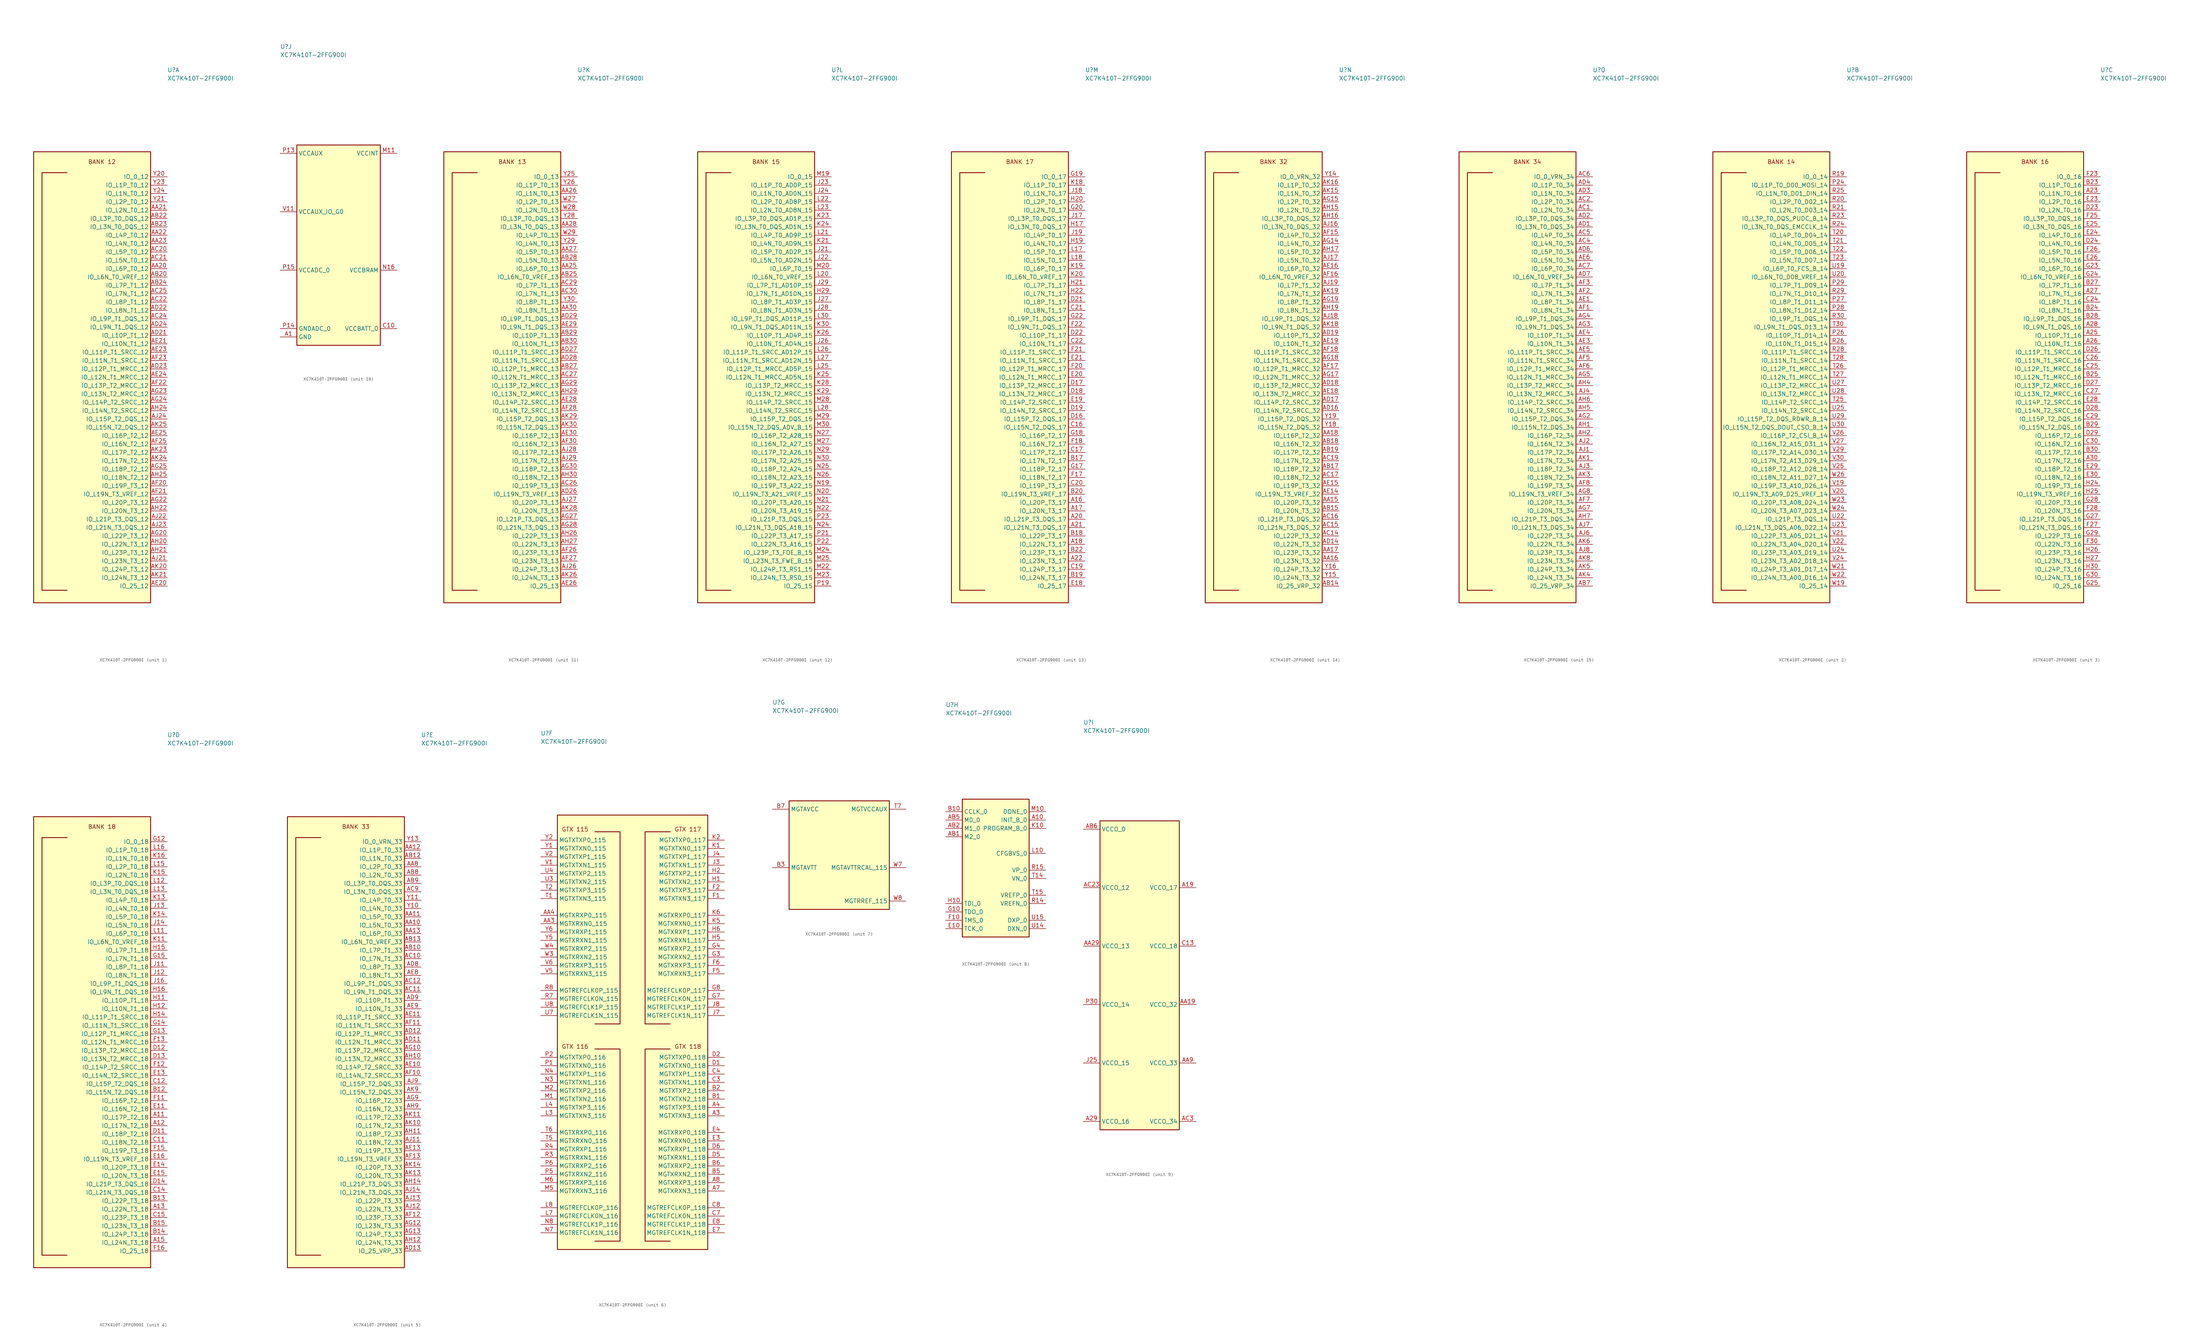
<source format=kicad_sym>
(kicad_symbol_lib
  (version 20211014)
  (generator kicad_symbol_editor)
  (symbol "XC7K410T-2FFG900I"
    (property "Reference" "U"
      (at 0 31.75 0)
      (effects (font (size 1.27 1.27) (thickness 0.15)) (justify left bottom)))
    (property "Value" "XC7K410T-2FFG900I"
      (at 0 29.21 0)
      (effects (font (size 1.27 1.27) (thickness 0.15)) (justify left bottom)))
    (property "ki_locked" ""
      (at 0 0 0)
      (effects (font (size 1.27 1.27))))
    (symbol "XC7K410T-2FFG900I_1_1"
      (rectangle (start -40.64 -129.54) (end -5.08 7.62) (stroke (width 0.254) (type default) (color 0 0 0 0)) (fill (type background)))
      (polyline (pts (xy -30.48 1.27) (xy -38.1 1.27) (xy -38.1 -125.73) (xy -30.48 -125.73)) (stroke (width 0.254) (type default) (color 0 0 0 0)) (fill (type background)))
      (text "BANK 12" (at -24.13 3.81 0) (effects (font (size 1.27 1.27) (thickness 0.15)) (justify left bottom)))
      (pin bidirectional line (at 0 -27.94 180) (length 5.08) (name "IO_L6P_T0_12" (effects (font (size 1.27 1.27)))) (number "AA20" (effects (font (size 1.27 1.27)))))
      (pin bidirectional line (at 0 -10.16 180) (length 5.08) (name "IO_L2N_T0_12" (effects (font (size 1.27 1.27)))) (number "AA21" (effects (font (size 1.27 1.27)))))
      (pin bidirectional line (at 0 -17.78 180) (length 5.08) (name "IO_L4P_T0_12" (effects (font (size 1.27 1.27)))) (number "AA22" (effects (font (size 1.27 1.27)))))
      (pin bidirectional line (at 0 -20.32 180) (length 5.08) (name "IO_L4N_T0_12" (effects (font (size 1.27 1.27)))) (number "AA23" (effects (font (size 1.27 1.27)))))
      (pin bidirectional line (at 0 -30.48 180) (length 5.08) (name "IO_L6N_T0_VREF_12" (effects (font (size 1.27 1.27)))) (number "AB20" (effects (font (size 1.27 1.27)))))
      (pin bidirectional line (at 0 -12.7 180) (length 5.08) (name "IO_L3P_T0_DQS_12" (effects (font (size 1.27 1.27)))) (number "AB22" (effects (font (size 1.27 1.27)))))
      (pin bidirectional line (at 0 -15.24 180) (length 5.08) (name "IO_L3N_T0_DQS_12" (effects (font (size 1.27 1.27)))) (number "AB23" (effects (font (size 1.27 1.27)))))
      (pin bidirectional line (at 0 -33.02 180) (length 5.08) (name "IO_L7P_T1_12" (effects (font (size 1.27 1.27)))) (number "AB24" (effects (font (size 1.27 1.27)))))
      (pin bidirectional line (at 0 -22.86 180) (length 5.08) (name "IO_L5P_T0_12" (effects (font (size 1.27 1.27)))) (number "AC20" (effects (font (size 1.27 1.27)))))
      (pin bidirectional line (at 0 -25.4 180) (length 5.08) (name "IO_L5N_T0_12" (effects (font (size 1.27 1.27)))) (number "AC21" (effects (font (size 1.27 1.27)))))
      (pin bidirectional line (at 0 -38.1 180) (length 5.08) (name "IO_L8P_T1_12" (effects (font (size 1.27 1.27)))) (number "AC22" (effects (font (size 1.27 1.27)))))
      (pin bidirectional line (at 0 -43.18 180) (length 5.08) (name "IO_L9P_T1_DQS_12" (effects (font (size 1.27 1.27)))) (number "AC24" (effects (font (size 1.27 1.27)))))
      (pin bidirectional line (at 0 -35.56 180) (length 5.08) (name "IO_L7N_T1_12" (effects (font (size 1.27 1.27)))) (number "AC25" (effects (font (size 1.27 1.27)))))
      (pin bidirectional line (at 0 -48.26 180) (length 5.08) (name "IO_L10P_T1_12" (effects (font (size 1.27 1.27)))) (number "AD21" (effects (font (size 1.27 1.27)))))
      (pin bidirectional line (at 0 -40.64 180) (length 5.08) (name "IO_L8N_T1_12" (effects (font (size 1.27 1.27)))) (number "AD22" (effects (font (size 1.27 1.27)))))
      (pin bidirectional line (at 0 -58.42 180) (length 5.08) (name "IO_L12P_T1_MRCC_12" (effects (font (size 1.27 1.27)))) (number "AD23" (effects (font (size 1.27 1.27)))))
      (pin bidirectional line (at 0 -45.72 180) (length 5.08) (name "IO_L9N_T1_DQS_12" (effects (font (size 1.27 1.27)))) (number "AD24" (effects (font (size 1.27 1.27)))))
      (pin bidirectional line (at 0 -124.46 180) (length 5.08) (name "IO_25_12" (effects (font (size 1.27 1.27)))) (number "AE20" (effects (font (size 1.27 1.27)))))
      (pin bidirectional line (at 0 -50.8 180) (length 5.08) (name "IO_L10N_T1_12" (effects (font (size 1.27 1.27)))) (number "AE21" (effects (font (size 1.27 1.27)))))
      (pin bidirectional line (at 0 -53.34 180) (length 5.08) (name "IO_L11P_T1_SRCC_12" (effects (font (size 1.27 1.27)))) (number "AE23" (effects (font (size 1.27 1.27)))))
      (pin bidirectional line (at 0 -60.96 180) (length 5.08) (name "IO_L12N_T1_MRCC_12" (effects (font (size 1.27 1.27)))) (number "AE24" (effects (font (size 1.27 1.27)))))
      (pin bidirectional line (at 0 -78.74 180) (length 5.08) (name "IO_L16P_T2_12" (effects (font (size 1.27 1.27)))) (number "AE25" (effects (font (size 1.27 1.27)))))
      (pin bidirectional line (at 0 -93.98 180) (length 5.08) (name "IO_L19P_T3_12" (effects (font (size 1.27 1.27)))) (number "AF20" (effects (font (size 1.27 1.27)))))
      (pin bidirectional line (at 0 -96.52 180) (length 5.08) (name "IO_L19N_T3_VREF_12" (effects (font (size 1.27 1.27)))) (number "AF21" (effects (font (size 1.27 1.27)))))
      (pin bidirectional line (at 0 -63.5 180) (length 5.08) (name "IO_L13P_T2_MRCC_12" (effects (font (size 1.27 1.27)))) (number "AF22" (effects (font (size 1.27 1.27)))))
      (pin bidirectional line (at 0 -55.88 180) (length 5.08) (name "IO_L11N_T1_SRCC_12" (effects (font (size 1.27 1.27)))) (number "AF23" (effects (font (size 1.27 1.27)))))
      (pin bidirectional line (at 0 -81.28 180) (length 5.08) (name "IO_L16N_T2_12" (effects (font (size 1.27 1.27)))) (number "AF25" (effects (font (size 1.27 1.27)))))
      (pin bidirectional line (at 0 -109.22 180) (length 5.08) (name "IO_L22P_T3_12" (effects (font (size 1.27 1.27)))) (number "AG20" (effects (font (size 1.27 1.27)))))
      (pin bidirectional line (at 0 -99.06 180) (length 5.08) (name "IO_L20P_T3_12" (effects (font (size 1.27 1.27)))) (number "AG22" (effects (font (size 1.27 1.27)))))
      (pin bidirectional line (at 0 -66.04 180) (length 5.08) (name "IO_L13N_T2_MRCC_12" (effects (font (size 1.27 1.27)))) (number "AG23" (effects (font (size 1.27 1.27)))))
      (pin bidirectional line (at 0 -68.58 180) (length 5.08) (name "IO_L14P_T2_SRCC_12" (effects (font (size 1.27 1.27)))) (number "AG24" (effects (font (size 1.27 1.27)))))
      (pin bidirectional line (at 0 -88.9 180) (length 5.08) (name "IO_L18P_T2_12" (effects (font (size 1.27 1.27)))) (number "AG25" (effects (font (size 1.27 1.27)))))
      (pin bidirectional line (at 0 -111.76 180) (length 5.08) (name "IO_L22N_T3_12" (effects (font (size 1.27 1.27)))) (number "AH20" (effects (font (size 1.27 1.27)))))
      (pin bidirectional line (at 0 -114.3 180) (length 5.08) (name "IO_L23P_T3_12" (effects (font (size 1.27 1.27)))) (number "AH21" (effects (font (size 1.27 1.27)))))
      (pin bidirectional line (at 0 -101.6 180) (length 5.08) (name "IO_L20N_T3_12" (effects (font (size 1.27 1.27)))) (number "AH22" (effects (font (size 1.27 1.27)))))
      (pin bidirectional line (at 0 -71.12 180) (length 5.08) (name "IO_L14N_T2_SRCC_12" (effects (font (size 1.27 1.27)))) (number "AH24" (effects (font (size 1.27 1.27)))))
      (pin bidirectional line (at 0 -91.44 180) (length 5.08) (name "IO_L18N_T2_12" (effects (font (size 1.27 1.27)))) (number "AH25" (effects (font (size 1.27 1.27)))))
      (pin bidirectional line (at 0 -116.84 180) (length 5.08) (name "IO_L23N_T3_12" (effects (font (size 1.27 1.27)))) (number "AJ21" (effects (font (size 1.27 1.27)))))
      (pin bidirectional line (at 0 -104.14 180) (length 5.08) (name "IO_L21P_T3_DQS_12" (effects (font (size 1.27 1.27)))) (number "AJ22" (effects (font (size 1.27 1.27)))))
      (pin bidirectional line (at 0 -106.68 180) (length 5.08) (name "IO_L21N_T3_DQS_12" (effects (font (size 1.27 1.27)))) (number "AJ23" (effects (font (size 1.27 1.27)))))
      (pin bidirectional line (at 0 -73.66 180) (length 5.08) (name "IO_L15P_T2_DQS_12" (effects (font (size 1.27 1.27)))) (number "AJ24" (effects (font (size 1.27 1.27)))))
      (pin bidirectional line (at 0 -119.38 180) (length 5.08) (name "IO_L24P_T3_12" (effects (font (size 1.27 1.27)))) (number "AK20" (effects (font (size 1.27 1.27)))))
      (pin bidirectional line (at 0 -121.92 180) (length 5.08) (name "IO_L24N_T3_12" (effects (font (size 1.27 1.27)))) (number "AK21" (effects (font (size 1.27 1.27)))))
      (pin bidirectional line (at 0 -83.82 180) (length 5.08) (name "IO_L17P_T2_12" (effects (font (size 1.27 1.27)))) (number "AK23" (effects (font (size 1.27 1.27)))))
      (pin bidirectional line (at 0 -86.36 180) (length 5.08) (name "IO_L17N_T2_12" (effects (font (size 1.27 1.27)))) (number "AK24" (effects (font (size 1.27 1.27)))))
      (pin bidirectional line (at 0 -76.2 180) (length 5.08) (name "IO_L15N_T2_DQS_12" (effects (font (size 1.27 1.27)))) (number "AK25" (effects (font (size 1.27 1.27)))))
      (pin bidirectional line (at 0 0 180) (length 5.08) (name "IO_0_12" (effects (font (size 1.27 1.27)))) (number "Y20" (effects (font (size 1.27 1.27)))))
      (pin bidirectional line (at 0 -7.62 180) (length 5.08) (name "IO_L2P_T0_12" (effects (font (size 1.27 1.27)))) (number "Y21" (effects (font (size 1.27 1.27)))))
      (pin bidirectional line (at 0 -2.54 180) (length 5.08) (name "IO_L1P_T0_12" (effects (font (size 1.27 1.27)))) (number "Y23" (effects (font (size 1.27 1.27)))))
      (pin bidirectional line (at 0 -5.08 180) (length 5.08) (name "IO_L1N_T0_12" (effects (font (size 1.27 1.27)))) (number "Y24" (effects (font (size 1.27 1.27))))))
    (symbol "XC7K410T-2FFG900I_2_1"
      (rectangle (start -40.64 7.62) (end -5.08 -129.54) (stroke (width 0.254) (type default) (color 0 0 0 0)) (fill (type background)))
      (polyline (pts (xy -30.48 1.27) (xy -38.1 1.27) (xy -38.1 -125.73) (xy -30.48 -125.73)) (stroke (width 0.254) (type default) (color 0 0 0 0)) (fill (type background)))
      (text "BANK 14" (at -24.13 3.81 0) (effects (font (size 1.27 1.27) (thickness 0.15)) (justify left bottom)))
      (pin bidirectional line (at 0 -2.54 180) (length 5.08) (name "IO_L1P_T0_D00_MOSI_14" (effects (font (size 1.27 1.27)))) (number "P24" (effects (font (size 1.27 1.27)))))
      (pin bidirectional line (at 0 -48.26 180) (length 5.08) (name "IO_L10P_T1_D14_14" (effects (font (size 1.27 1.27)))) (number "P26" (effects (font (size 1.27 1.27)))))
      (pin bidirectional line (at 0 -38.1 180) (length 5.08) (name "IO_L8P_T1_D11_14" (effects (font (size 1.27 1.27)))) (number "P27" (effects (font (size 1.27 1.27)))))
      (pin bidirectional line (at 0 -40.64 180) (length 5.08) (name "IO_L8N_T1_D12_14" (effects (font (size 1.27 1.27)))) (number "P28" (effects (font (size 1.27 1.27)))))
      (pin bidirectional line (at 0 -33.02 180) (length 5.08) (name "IO_L7P_T1_D09_14" (effects (font (size 1.27 1.27)))) (number "P29" (effects (font (size 1.27 1.27)))))
      (pin bidirectional line (at 0 0 180) (length 5.08) (name "IO_0_14" (effects (font (size 1.27 1.27)))) (number "R19" (effects (font (size 1.27 1.27)))))
      (pin bidirectional line (at 0 -7.62 180) (length 5.08) (name "IO_L2P_T0_D02_14" (effects (font (size 1.27 1.27)))) (number "R20" (effects (font (size 1.27 1.27)))))
      (pin bidirectional line (at 0 -10.16 180) (length 5.08) (name "IO_L2N_T0_D03_14" (effects (font (size 1.27 1.27)))) (number "R21" (effects (font (size 1.27 1.27)))))
      (pin bidirectional line (at 0 -12.7 180) (length 5.08) (name "IO_L3P_T0_DQS_PUDC_B_14" (effects (font (size 1.27 1.27)))) (number "R23" (effects (font (size 1.27 1.27)))))
      (pin bidirectional line (at 0 -15.24 180) (length 5.08) (name "IO_L3N_T0_DQS_EMCCLK_14" (effects (font (size 1.27 1.27)))) (number "R24" (effects (font (size 1.27 1.27)))))
      (pin bidirectional line (at 0 -5.08 180) (length 5.08) (name "IO_L1N_T0_D01_DIN_14" (effects (font (size 1.27 1.27)))) (number "R25" (effects (font (size 1.27 1.27)))))
      (pin bidirectional line (at 0 -50.8 180) (length 5.08) (name "IO_L10N_T1_D15_14" (effects (font (size 1.27 1.27)))) (number "R26" (effects (font (size 1.27 1.27)))))
      (pin bidirectional line (at 0 -53.34 180) (length 5.08) (name "IO_L11P_T1_SRCC_14" (effects (font (size 1.27 1.27)))) (number "R28" (effects (font (size 1.27 1.27)))))
      (pin bidirectional line (at 0 -35.56 180) (length 5.08) (name "IO_L7N_T1_D10_14" (effects (font (size 1.27 1.27)))) (number "R29" (effects (font (size 1.27 1.27)))))
      (pin bidirectional line (at 0 -43.18 180) (length 5.08) (name "IO_L9P_T1_DQS_14" (effects (font (size 1.27 1.27)))) (number "R30" (effects (font (size 1.27 1.27)))))
      (pin bidirectional line (at 0 -17.78 180) (length 5.08) (name "IO_L4P_T0_D04_14" (effects (font (size 1.27 1.27)))) (number "T20" (effects (font (size 1.27 1.27)))))
      (pin bidirectional line (at 0 -20.32 180) (length 5.08) (name "IO_L4N_T0_D05_14" (effects (font (size 1.27 1.27)))) (number "T21" (effects (font (size 1.27 1.27)))))
      (pin bidirectional line (at 0 -22.86 180) (length 5.08) (name "IO_L5P_T0_D06_14" (effects (font (size 1.27 1.27)))) (number "T22" (effects (font (size 1.27 1.27)))))
      (pin bidirectional line (at 0 -25.4 180) (length 5.08) (name "IO_L5N_T0_D07_14" (effects (font (size 1.27 1.27)))) (number "T23" (effects (font (size 1.27 1.27)))))
      (pin bidirectional line (at 0 -68.58 180) (length 5.08) (name "IO_L14P_T2_SRCC_14" (effects (font (size 1.27 1.27)))) (number "T25" (effects (font (size 1.27 1.27)))))
      (pin bidirectional line (at 0 -58.42 180) (length 5.08) (name "IO_L12P_T1_MRCC_14" (effects (font (size 1.27 1.27)))) (number "T26" (effects (font (size 1.27 1.27)))))
      (pin bidirectional line (at 0 -60.96 180) (length 5.08) (name "IO_L12N_T1_MRCC_14" (effects (font (size 1.27 1.27)))) (number "T27" (effects (font (size 1.27 1.27)))))
      (pin bidirectional line (at 0 -55.88 180) (length 5.08) (name "IO_L11N_T1_SRCC_14" (effects (font (size 1.27 1.27)))) (number "T28" (effects (font (size 1.27 1.27)))))
      (pin bidirectional line (at 0 -45.72 180) (length 5.08) (name "IO_L9N_T1_DQS_D13_14" (effects (font (size 1.27 1.27)))) (number "T30" (effects (font (size 1.27 1.27)))))
      (pin bidirectional line (at 0 -27.94 180) (length 5.08) (name "IO_L6P_T0_FCS_B_14" (effects (font (size 1.27 1.27)))) (number "U19" (effects (font (size 1.27 1.27)))))
      (pin bidirectional line (at 0 -30.48 180) (length 5.08) (name "IO_L6N_T0_D08_VREF_14" (effects (font (size 1.27 1.27)))) (number "U20" (effects (font (size 1.27 1.27)))))
      (pin bidirectional line (at 0 -104.14 180) (length 5.08) (name "IO_L21P_T3_DQS_14" (effects (font (size 1.27 1.27)))) (number "U22" (effects (font (size 1.27 1.27)))))
      (pin bidirectional line (at 0 -106.68 180) (length 5.08) (name "IO_L21N_T3_DQS_A06_D22_14" (effects (font (size 1.27 1.27)))) (number "U23" (effects (font (size 1.27 1.27)))))
      (pin bidirectional line (at 0 -114.3 180) (length 5.08) (name "IO_L23P_T3_A03_D19_14" (effects (font (size 1.27 1.27)))) (number "U24" (effects (font (size 1.27 1.27)))))
      (pin bidirectional line (at 0 -71.12 180) (length 5.08) (name "IO_L14N_T2_SRCC_14" (effects (font (size 1.27 1.27)))) (number "U25" (effects (font (size 1.27 1.27)))))
      (pin bidirectional line (at 0 -63.5 180) (length 5.08) (name "IO_L13P_T2_MRCC_14" (effects (font (size 1.27 1.27)))) (number "U27" (effects (font (size 1.27 1.27)))))
      (pin bidirectional line (at 0 -66.04 180) (length 5.08) (name "IO_L13N_T2_MRCC_14" (effects (font (size 1.27 1.27)))) (number "U28" (effects (font (size 1.27 1.27)))))
      (pin bidirectional line (at 0 -73.66 180) (length 5.08) (name "IO_L15P_T2_DQS_RDWR_B_14" (effects (font (size 1.27 1.27)))) (number "U29" (effects (font (size 1.27 1.27)))))
      (pin bidirectional line (at 0 -76.2 180) (length 5.08) (name "IO_L15N_T2_DQS_DOUT_CSO_B_14" (effects (font (size 1.27 1.27)))) (number "U30" (effects (font (size 1.27 1.27)))))
      (pin bidirectional line (at 0 -93.98 180) (length 5.08) (name "IO_L19P_T3_A10_D26_14" (effects (font (size 1.27 1.27)))) (number "V19" (effects (font (size 1.27 1.27)))))
      (pin bidirectional line (at 0 -96.52 180) (length 5.08) (name "IO_L19N_T3_A09_D25_VREF_14" (effects (font (size 1.27 1.27)))) (number "V20" (effects (font (size 1.27 1.27)))))
      (pin bidirectional line (at 0 -109.22 180) (length 5.08) (name "IO_L22P_T3_A05_D21_14" (effects (font (size 1.27 1.27)))) (number "V21" (effects (font (size 1.27 1.27)))))
      (pin bidirectional line (at 0 -111.76 180) (length 5.08) (name "IO_L22N_T3_A04_D20_14" (effects (font (size 1.27 1.27)))) (number "V22" (effects (font (size 1.27 1.27)))))
      (pin bidirectional line (at 0 -116.84 180) (length 5.08) (name "IO_L23N_T3_A02_D18_14" (effects (font (size 1.27 1.27)))) (number "V24" (effects (font (size 1.27 1.27)))))
      (pin bidirectional line (at 0 -88.9 180) (length 5.08) (name "IO_L18P_T2_A12_D28_14" (effects (font (size 1.27 1.27)))) (number "V25" (effects (font (size 1.27 1.27)))))
      (pin bidirectional line (at 0 -78.74 180) (length 5.08) (name "IO_L16P_T2_CSI_B_14" (effects (font (size 1.27 1.27)))) (number "V26" (effects (font (size 1.27 1.27)))))
      (pin bidirectional line (at 0 -81.28 180) (length 5.08) (name "IO_L16N_T2_A15_D31_14" (effects (font (size 1.27 1.27)))) (number "V27" (effects (font (size 1.27 1.27)))))
      (pin bidirectional line (at 0 -83.82 180) (length 5.08) (name "IO_L17P_T2_A14_D30_14" (effects (font (size 1.27 1.27)))) (number "V29" (effects (font (size 1.27 1.27)))))
      (pin bidirectional line (at 0 -86.36 180) (length 5.08) (name "IO_L17N_T2_A13_D29_14" (effects (font (size 1.27 1.27)))) (number "V30" (effects (font (size 1.27 1.27)))))
      (pin bidirectional line (at 0 -124.46 180) (length 5.08) (name "IO_25_14" (effects (font (size 1.27 1.27)))) (number "W19" (effects (font (size 1.27 1.27)))))
      (pin bidirectional line (at 0 -119.38 180) (length 5.08) (name "IO_L24P_T3_A01_D17_14" (effects (font (size 1.27 1.27)))) (number "W21" (effects (font (size 1.27 1.27)))))
      (pin bidirectional line (at 0 -121.92 180) (length 5.08) (name "IO_L24N_T3_A00_D16_14" (effects (font (size 1.27 1.27)))) (number "W22" (effects (font (size 1.27 1.27)))))
      (pin bidirectional line (at 0 -99.06 180) (length 5.08) (name "IO_L20P_T3_A08_D24_14" (effects (font (size 1.27 1.27)))) (number "W23" (effects (font (size 1.27 1.27)))))
      (pin bidirectional line (at 0 -101.6 180) (length 5.08) (name "IO_L20N_T3_A07_D23_14" (effects (font (size 1.27 1.27)))) (number "W24" (effects (font (size 1.27 1.27)))))
      (pin bidirectional line (at 0 -91.44 180) (length 5.08) (name "IO_L18N_T2_A11_D27_14" (effects (font (size 1.27 1.27)))) (number "W26" (effects (font (size 1.27 1.27))))))
    (symbol "XC7K410T-2FFG900I_3_1"
      (rectangle (start -40.64 -129.54) (end -5.08 7.62) (stroke (width 0.254) (type default) (color 0 0 0 0)) (fill (type background)))
      (polyline (pts (xy -30.48 1.27) (xy -38.1 1.27) (xy -38.1 -125.73) (xy -30.48 -125.73)) (stroke (width 0.254) (type default) (color 0 0 0 0)) (fill (type background)))
      (text "BANK 16" (at -24.13 3.81 0) (effects (font (size 1.27 1.27) (thickness 0.15)) (justify left bottom)))
      (pin bidirectional line (at 0 -5.08 180) (length 5.08) (name "IO_L1N_T0_16" (effects (font (size 1.27 1.27)))) (number "A23" (effects (font (size 1.27 1.27)))))
      (pin bidirectional line (at 0 -48.26 180) (length 5.08) (name "IO_L10P_T1_16" (effects (font (size 1.27 1.27)))) (number "A25" (effects (font (size 1.27 1.27)))))
      (pin bidirectional line (at 0 -50.8 180) (length 5.08) (name "IO_L10N_T1_16" (effects (font (size 1.27 1.27)))) (number "A26" (effects (font (size 1.27 1.27)))))
      (pin bidirectional line (at 0 -35.56 180) (length 5.08) (name "IO_L7N_T1_16" (effects (font (size 1.27 1.27)))) (number "A27" (effects (font (size 1.27 1.27)))))
      (pin bidirectional line (at 0 -45.72 180) (length 5.08) (name "IO_L9N_T1_DQS_16" (effects (font (size 1.27 1.27)))) (number "A28" (effects (font (size 1.27 1.27)))))
      (pin bidirectional line (at 0 -86.36 180) (length 5.08) (name "IO_L17N_T2_16" (effects (font (size 1.27 1.27)))) (number "A30" (effects (font (size 1.27 1.27)))))
      (pin bidirectional line (at 0 -2.54 180) (length 5.08) (name "IO_L1P_T0_16" (effects (font (size 1.27 1.27)))) (number "B23" (effects (font (size 1.27 1.27)))))
      (pin bidirectional line (at 0 -40.64 180) (length 5.08) (name "IO_L8N_T1_16" (effects (font (size 1.27 1.27)))) (number "B24" (effects (font (size 1.27 1.27)))))
      (pin bidirectional line (at 0 -60.96 180) (length 5.08) (name "IO_L12N_T1_MRCC_16" (effects (font (size 1.27 1.27)))) (number "B25" (effects (font (size 1.27 1.27)))))
      (pin bidirectional line (at 0 -33.02 180) (length 5.08) (name "IO_L7P_T1_16" (effects (font (size 1.27 1.27)))) (number "B27" (effects (font (size 1.27 1.27)))))
      (pin bidirectional line (at 0 -43.18 180) (length 5.08) (name "IO_L9P_T1_DQS_16" (effects (font (size 1.27 1.27)))) (number "B28" (effects (font (size 1.27 1.27)))))
      (pin bidirectional line (at 0 -76.2 180) (length 5.08) (name "IO_L15N_T2_DQS_16" (effects (font (size 1.27 1.27)))) (number "B29" (effects (font (size 1.27 1.27)))))
      (pin bidirectional line (at 0 -83.82 180) (length 5.08) (name "IO_L17P_T2_16" (effects (font (size 1.27 1.27)))) (number "B30" (effects (font (size 1.27 1.27)))))
      (pin bidirectional line (at 0 -38.1 180) (length 5.08) (name "IO_L8P_T1_16" (effects (font (size 1.27 1.27)))) (number "C24" (effects (font (size 1.27 1.27)))))
      (pin bidirectional line (at 0 -58.42 180) (length 5.08) (name "IO_L12P_T1_MRCC_16" (effects (font (size 1.27 1.27)))) (number "C25" (effects (font (size 1.27 1.27)))))
      (pin bidirectional line (at 0 -55.88 180) (length 5.08) (name "IO_L11N_T1_SRCC_16" (effects (font (size 1.27 1.27)))) (number "C26" (effects (font (size 1.27 1.27)))))
      (pin bidirectional line (at 0 -66.04 180) (length 5.08) (name "IO_L13N_T2_MRCC_16" (effects (font (size 1.27 1.27)))) (number "C27" (effects (font (size 1.27 1.27)))))
      (pin bidirectional line (at 0 -73.66 180) (length 5.08) (name "IO_L15P_T2_DQS_16" (effects (font (size 1.27 1.27)))) (number "C29" (effects (font (size 1.27 1.27)))))
      (pin bidirectional line (at 0 -81.28 180) (length 5.08) (name "IO_L16N_T2_16" (effects (font (size 1.27 1.27)))) (number "C30" (effects (font (size 1.27 1.27)))))
      (pin bidirectional line (at 0 -10.16 180) (length 5.08) (name "IO_L2N_T0_16" (effects (font (size 1.27 1.27)))) (number "D23" (effects (font (size 1.27 1.27)))))
      (pin bidirectional line (at 0 -20.32 180) (length 5.08) (name "IO_L4N_T0_16" (effects (font (size 1.27 1.27)))) (number "D24" (effects (font (size 1.27 1.27)))))
      (pin bidirectional line (at 0 -53.34 180) (length 5.08) (name "IO_L11P_T1_SRCC_16" (effects (font (size 1.27 1.27)))) (number "D26" (effects (font (size 1.27 1.27)))))
      (pin bidirectional line (at 0 -63.5 180) (length 5.08) (name "IO_L13P_T2_MRCC_16" (effects (font (size 1.27 1.27)))) (number "D27" (effects (font (size 1.27 1.27)))))
      (pin bidirectional line (at 0 -71.12 180) (length 5.08) (name "IO_L14N_T2_SRCC_16" (effects (font (size 1.27 1.27)))) (number "D28" (effects (font (size 1.27 1.27)))))
      (pin bidirectional line (at 0 -78.74 180) (length 5.08) (name "IO_L16P_T2_16" (effects (font (size 1.27 1.27)))) (number "D29" (effects (font (size 1.27 1.27)))))
      (pin bidirectional line (at 0 -7.62 180) (length 5.08) (name "IO_L2P_T0_16" (effects (font (size 1.27 1.27)))) (number "E23" (effects (font (size 1.27 1.27)))))
      (pin bidirectional line (at 0 -17.78 180) (length 5.08) (name "IO_L4P_T0_16" (effects (font (size 1.27 1.27)))) (number "E24" (effects (font (size 1.27 1.27)))))
      (pin bidirectional line (at 0 -15.24 180) (length 5.08) (name "IO_L3N_T0_DQS_16" (effects (font (size 1.27 1.27)))) (number "E25" (effects (font (size 1.27 1.27)))))
      (pin bidirectional line (at 0 -25.4 180) (length 5.08) (name "IO_L5N_T0_16" (effects (font (size 1.27 1.27)))) (number "E26" (effects (font (size 1.27 1.27)))))
      (pin bidirectional line (at 0 -68.58 180) (length 5.08) (name "IO_L14P_T2_SRCC_16" (effects (font (size 1.27 1.27)))) (number "E28" (effects (font (size 1.27 1.27)))))
      (pin bidirectional line (at 0 -88.9 180) (length 5.08) (name "IO_L18P_T2_16" (effects (font (size 1.27 1.27)))) (number "E29" (effects (font (size 1.27 1.27)))))
      (pin bidirectional line (at 0 -91.44 180) (length 5.08) (name "IO_L18N_T2_16" (effects (font (size 1.27 1.27)))) (number "E30" (effects (font (size 1.27 1.27)))))
      (pin bidirectional line (at 0 0 180) (length 5.08) (name "IO_0_16" (effects (font (size 1.27 1.27)))) (number "F23" (effects (font (size 1.27 1.27)))))
      (pin bidirectional line (at 0 -12.7 180) (length 5.08) (name "IO_L3P_T0_DQS_16" (effects (font (size 1.27 1.27)))) (number "F25" (effects (font (size 1.27 1.27)))))
      (pin bidirectional line (at 0 -22.86 180) (length 5.08) (name "IO_L5P_T0_16" (effects (font (size 1.27 1.27)))) (number "F26" (effects (font (size 1.27 1.27)))))
      (pin bidirectional line (at 0 -106.68 180) (length 5.08) (name "IO_L21N_T3_DQS_16" (effects (font (size 1.27 1.27)))) (number "F27" (effects (font (size 1.27 1.27)))))
      (pin bidirectional line (at 0 -101.6 180) (length 5.08) (name "IO_L20N_T3_16" (effects (font (size 1.27 1.27)))) (number "F28" (effects (font (size 1.27 1.27)))))
      (pin bidirectional line (at 0 -111.76 180) (length 5.08) (name "IO_L22N_T3_16" (effects (font (size 1.27 1.27)))) (number "F30" (effects (font (size 1.27 1.27)))))
      (pin bidirectional line (at 0 -27.94 180) (length 5.08) (name "IO_L6P_T0_16" (effects (font (size 1.27 1.27)))) (number "G23" (effects (font (size 1.27 1.27)))))
      (pin bidirectional line (at 0 -30.48 180) (length 5.08) (name "IO_L6N_T0_VREF_16" (effects (font (size 1.27 1.27)))) (number "G24" (effects (font (size 1.27 1.27)))))
      (pin bidirectional line (at 0 -124.46 180) (length 5.08) (name "IO_25_16" (effects (font (size 1.27 1.27)))) (number "G25" (effects (font (size 1.27 1.27)))))
      (pin bidirectional line (at 0 -104.14 180) (length 5.08) (name "IO_L21P_T3_DQS_16" (effects (font (size 1.27 1.27)))) (number "G27" (effects (font (size 1.27 1.27)))))
      (pin bidirectional line (at 0 -99.06 180) (length 5.08) (name "IO_L20P_T3_16" (effects (font (size 1.27 1.27)))) (number "G28" (effects (font (size 1.27 1.27)))))
      (pin bidirectional line (at 0 -109.22 180) (length 5.08) (name "IO_L22P_T3_16" (effects (font (size 1.27 1.27)))) (number "G29" (effects (font (size 1.27 1.27)))))
      (pin bidirectional line (at 0 -121.92 180) (length 5.08) (name "IO_L24N_T3_16" (effects (font (size 1.27 1.27)))) (number "G30" (effects (font (size 1.27 1.27)))))
      (pin bidirectional line (at 0 -93.98 180) (length 5.08) (name "IO_L19P_T3_16" (effects (font (size 1.27 1.27)))) (number "H24" (effects (font (size 1.27 1.27)))))
      (pin bidirectional line (at 0 -96.52 180) (length 5.08) (name "IO_L19N_T3_VREF_16" (effects (font (size 1.27 1.27)))) (number "H25" (effects (font (size 1.27 1.27)))))
      (pin bidirectional line (at 0 -114.3 180) (length 5.08) (name "IO_L23P_T3_16" (effects (font (size 1.27 1.27)))) (number "H26" (effects (font (size 1.27 1.27)))))
      (pin bidirectional line (at 0 -116.84 180) (length 5.08) (name "IO_L23N_T3_16" (effects (font (size 1.27 1.27)))) (number "H27" (effects (font (size 1.27 1.27)))))
      (pin bidirectional line (at 0 -119.38 180) (length 5.08) (name "IO_L24P_T3_16" (effects (font (size 1.27 1.27)))) (number "H30" (effects (font (size 1.27 1.27))))))
    (symbol "XC7K410T-2FFG900I_4_1"
      (rectangle (start -40.64 -129.54) (end -5.08 7.62) (stroke (width 0.254) (type default) (color 0 0 0 0)) (fill (type background)))
      (polyline (pts (xy -30.48 1.27) (xy -38.1 1.27) (xy -38.1 -125.73) (xy -30.48 -125.73)) (stroke (width 0.254) (type default) (color 0 0 0 0)) (fill (type background)))
      (text "BANK 18" (at -24.13 3.81 0) (effects (font (size 1.27 1.27) (thickness 0.15)) (justify left bottom)))
      (pin bidirectional line (at 0 -83.82 180) (length 5.08) (name "IO_L17P_T2_18" (effects (font (size 1.27 1.27)))) (number "A11" (effects (font (size 1.27 1.27)))))
      (pin bidirectional line (at 0 -86.36 180) (length 5.08) (name "IO_L17N_T2_18" (effects (font (size 1.27 1.27)))) (number "A12" (effects (font (size 1.27 1.27)))))
      (pin bidirectional line (at 0 -111.76 180) (length 5.08) (name "IO_L22N_T3_18" (effects (font (size 1.27 1.27)))) (number "A13" (effects (font (size 1.27 1.27)))))
      (pin bidirectional line (at 0 -121.92 180) (length 5.08) (name "IO_L24N_T3_18" (effects (font (size 1.27 1.27)))) (number "A15" (effects (font (size 1.27 1.27)))))
      (pin bidirectional line (at 0 -76.2 180) (length 5.08) (name "IO_L15N_T2_DQS_18" (effects (font (size 1.27 1.27)))) (number "B12" (effects (font (size 1.27 1.27)))))
      (pin bidirectional line (at 0 -109.22 180) (length 5.08) (name "IO_L22P_T3_18" (effects (font (size 1.27 1.27)))) (number "B13" (effects (font (size 1.27 1.27)))))
      (pin bidirectional line (at 0 -119.38 180) (length 5.08) (name "IO_L24P_T3_18" (effects (font (size 1.27 1.27)))) (number "B14" (effects (font (size 1.27 1.27)))))
      (pin bidirectional line (at 0 -116.84 180) (length 5.08) (name "IO_L23N_T3_18" (effects (font (size 1.27 1.27)))) (number "B15" (effects (font (size 1.27 1.27)))))
      (pin bidirectional line (at 0 -91.44 180) (length 5.08) (name "IO_L18N_T2_18" (effects (font (size 1.27 1.27)))) (number "C11" (effects (font (size 1.27 1.27)))))
      (pin bidirectional line (at 0 -73.66 180) (length 5.08) (name "IO_L15P_T2_DQS_18" (effects (font (size 1.27 1.27)))) (number "C12" (effects (font (size 1.27 1.27)))))
      (pin bidirectional line (at 0 -106.68 180) (length 5.08) (name "IO_L21N_T3_DQS_18" (effects (font (size 1.27 1.27)))) (number "C14" (effects (font (size 1.27 1.27)))))
      (pin bidirectional line (at 0 -114.3 180) (length 5.08) (name "IO_L23P_T3_18" (effects (font (size 1.27 1.27)))) (number "C15" (effects (font (size 1.27 1.27)))))
      (pin bidirectional line (at 0 -88.9 180) (length 5.08) (name "IO_L18P_T2_18" (effects (font (size 1.27 1.27)))) (number "D11" (effects (font (size 1.27 1.27)))))
      (pin bidirectional line (at 0 -63.5 180) (length 5.08) (name "IO_L13P_T2_MRCC_18" (effects (font (size 1.27 1.27)))) (number "D12" (effects (font (size 1.27 1.27)))))
      (pin bidirectional line (at 0 -66.04 180) (length 5.08) (name "IO_L13N_T2_MRCC_18" (effects (font (size 1.27 1.27)))) (number "D13" (effects (font (size 1.27 1.27)))))
      (pin bidirectional line (at 0 -104.14 180) (length 5.08) (name "IO_L21P_T3_DQS_18" (effects (font (size 1.27 1.27)))) (number "D14" (effects (font (size 1.27 1.27)))))
      (pin bidirectional line (at 0 -81.28 180) (length 5.08) (name "IO_L16N_T2_18" (effects (font (size 1.27 1.27)))) (number "E11" (effects (font (size 1.27 1.27)))))
      (pin bidirectional line (at 0 -71.12 180) (length 5.08) (name "IO_L14N_T2_SRCC_18" (effects (font (size 1.27 1.27)))) (number "E13" (effects (font (size 1.27 1.27)))))
      (pin bidirectional line (at 0 -99.06 180) (length 5.08) (name "IO_L20P_T3_18" (effects (font (size 1.27 1.27)))) (number "E14" (effects (font (size 1.27 1.27)))))
      (pin bidirectional line (at 0 -101.6 180) (length 5.08) (name "IO_L20N_T3_18" (effects (font (size 1.27 1.27)))) (number "E15" (effects (font (size 1.27 1.27)))))
      (pin bidirectional line (at 0 -96.52 180) (length 5.08) (name "IO_L19N_T3_VREF_18" (effects (font (size 1.27 1.27)))) (number "E16" (effects (font (size 1.27 1.27)))))
      (pin bidirectional line (at 0 -78.74 180) (length 5.08) (name "IO_L16P_T2_18" (effects (font (size 1.27 1.27)))) (number "F11" (effects (font (size 1.27 1.27)))))
      (pin bidirectional line (at 0 -68.58 180) (length 5.08) (name "IO_L14P_T2_SRCC_18" (effects (font (size 1.27 1.27)))) (number "F12" (effects (font (size 1.27 1.27)))))
      (pin bidirectional line (at 0 -60.96 180) (length 5.08) (name "IO_L12N_T1_MRCC_18" (effects (font (size 1.27 1.27)))) (number "F13" (effects (font (size 1.27 1.27)))))
      (pin bidirectional line (at 0 -93.98 180) (length 5.08) (name "IO_L19P_T3_18" (effects (font (size 1.27 1.27)))) (number "F15" (effects (font (size 1.27 1.27)))))
      (pin bidirectional line (at 0 -124.46 180) (length 5.08) (name "IO_25_18" (effects (font (size 1.27 1.27)))) (number "F16" (effects (font (size 1.27 1.27)))))
      (pin bidirectional line (at 0 0 180) (length 5.08) (name "IO_0_18" (effects (font (size 1.27 1.27)))) (number "G12" (effects (font (size 1.27 1.27)))))
      (pin bidirectional line (at 0 -58.42 180) (length 5.08) (name "IO_L12P_T1_MRCC_18" (effects (font (size 1.27 1.27)))) (number "G13" (effects (font (size 1.27 1.27)))))
      (pin bidirectional line (at 0 -55.88 180) (length 5.08) (name "IO_L11N_T1_SRCC_18" (effects (font (size 1.27 1.27)))) (number "G14" (effects (font (size 1.27 1.27)))))
      (pin bidirectional line (at 0 -35.56 180) (length 5.08) (name "IO_L7N_T1_18" (effects (font (size 1.27 1.27)))) (number "G15" (effects (font (size 1.27 1.27)))))
      (pin bidirectional line (at 0 -48.26 180) (length 5.08) (name "IO_L10P_T1_18" (effects (font (size 1.27 1.27)))) (number "H11" (effects (font (size 1.27 1.27)))))
      (pin bidirectional line (at 0 -50.8 180) (length 5.08) (name "IO_L10N_T1_18" (effects (font (size 1.27 1.27)))) (number "H12" (effects (font (size 1.27 1.27)))))
      (pin bidirectional line (at 0 -53.34 180) (length 5.08) (name "IO_L11P_T1_SRCC_18" (effects (font (size 1.27 1.27)))) (number "H14" (effects (font (size 1.27 1.27)))))
      (pin bidirectional line (at 0 -33.02 180) (length 5.08) (name "IO_L7P_T1_18" (effects (font (size 1.27 1.27)))) (number "H15" (effects (font (size 1.27 1.27)))))
      (pin bidirectional line (at 0 -45.72 180) (length 5.08) (name "IO_L9N_T1_DQS_18" (effects (font (size 1.27 1.27)))) (number "H16" (effects (font (size 1.27 1.27)))))
      (pin bidirectional line (at 0 -38.1 180) (length 5.08) (name "IO_L8P_T1_18" (effects (font (size 1.27 1.27)))) (number "J11" (effects (font (size 1.27 1.27)))))
      (pin bidirectional line (at 0 -40.64 180) (length 5.08) (name "IO_L8N_T1_18" (effects (font (size 1.27 1.27)))) (number "J12" (effects (font (size 1.27 1.27)))))
      (pin bidirectional line (at 0 -20.32 180) (length 5.08) (name "IO_L4N_T0_18" (effects (font (size 1.27 1.27)))) (number "J13" (effects (font (size 1.27 1.27)))))
      (pin bidirectional line (at 0 -25.4 180) (length 5.08) (name "IO_L5N_T0_18" (effects (font (size 1.27 1.27)))) (number "J14" (effects (font (size 1.27 1.27)))))
      (pin bidirectional line (at 0 -43.18 180) (length 5.08) (name "IO_L9P_T1_DQS_18" (effects (font (size 1.27 1.27)))) (number "J16" (effects (font (size 1.27 1.27)))))
      (pin bidirectional line (at 0 -30.48 180) (length 5.08) (name "IO_L6N_T0_VREF_18" (effects (font (size 1.27 1.27)))) (number "K11" (effects (font (size 1.27 1.27)))))
      (pin bidirectional line (at 0 -17.78 180) (length 5.08) (name "IO_L4P_T0_18" (effects (font (size 1.27 1.27)))) (number "K13" (effects (font (size 1.27 1.27)))))
      (pin bidirectional line (at 0 -22.86 180) (length 5.08) (name "IO_L5P_T0_18" (effects (font (size 1.27 1.27)))) (number "K14" (effects (font (size 1.27 1.27)))))
      (pin bidirectional line (at 0 -10.16 180) (length 5.08) (name "IO_L2N_T0_18" (effects (font (size 1.27 1.27)))) (number "K15" (effects (font (size 1.27 1.27)))))
      (pin bidirectional line (at 0 -5.08 180) (length 5.08) (name "IO_L1N_T0_18" (effects (font (size 1.27 1.27)))) (number "K16" (effects (font (size 1.27 1.27)))))
      (pin bidirectional line (at 0 -27.94 180) (length 5.08) (name "IO_L6P_T0_18" (effects (font (size 1.27 1.27)))) (number "L11" (effects (font (size 1.27 1.27)))))
      (pin bidirectional line (at 0 -12.7 180) (length 5.08) (name "IO_L3P_T0_DQS_18" (effects (font (size 1.27 1.27)))) (number "L12" (effects (font (size 1.27 1.27)))))
      (pin bidirectional line (at 0 -15.24 180) (length 5.08) (name "IO_L3N_T0_DQS_18" (effects (font (size 1.27 1.27)))) (number "L13" (effects (font (size 1.27 1.27)))))
      (pin bidirectional line (at 0 -7.62 180) (length 5.08) (name "IO_L2P_T0_18" (effects (font (size 1.27 1.27)))) (number "L15" (effects (font (size 1.27 1.27)))))
      (pin bidirectional line (at 0 -2.54 180) (length 5.08) (name "IO_L1P_T0_18" (effects (font (size 1.27 1.27)))) (number "L16" (effects (font (size 1.27 1.27))))))
    (symbol "XC7K410T-2FFG900I_5_1"
      (rectangle (start -40.64 -129.54) (end -5.08 7.62) (stroke (width 0.254) (type default) (color 0 0 0 0)) (fill (type background)))
      (polyline (pts (xy -30.48 1.27) (xy -38.1 1.27) (xy -38.1 -125.73) (xy -30.48 -125.73)) (stroke (width 0.254) (type default) (color 0 0 0 0)) (fill (type background)))
      (text "BANK 33" (at -24.13 3.81 0) (effects (font (size 1.27 1.27) (thickness 0.15)) (justify left bottom)))
      (pin bidirectional line (at 0 -25.4 180) (length 5.08) (name "IO_L5N_T0_33" (effects (font (size 1.27 1.27)))) (number "AA10" (effects (font (size 1.27 1.27)))))
      (pin bidirectional line (at 0 -22.86 180) (length 5.08) (name "IO_L5P_T0_33" (effects (font (size 1.27 1.27)))) (number "AA11" (effects (font (size 1.27 1.27)))))
      (pin bidirectional line (at 0 -2.54 180) (length 5.08) (name "IO_L1P_T0_33" (effects (font (size 1.27 1.27)))) (number "AA12" (effects (font (size 1.27 1.27)))))
      (pin bidirectional line (at 0 -27.94 180) (length 5.08) (name "IO_L6P_T0_33" (effects (font (size 1.27 1.27)))) (number "AA13" (effects (font (size 1.27 1.27)))))
      (pin bidirectional line (at 0 -7.62 180) (length 5.08) (name "IO_L2P_T0_33" (effects (font (size 1.27 1.27)))) (number "AA8" (effects (font (size 1.27 1.27)))))
      (pin bidirectional line (at 0 -33.02 180) (length 5.08) (name "IO_L7P_T1_33" (effects (font (size 1.27 1.27)))) (number "AB10" (effects (font (size 1.27 1.27)))))
      (pin bidirectional line (at 0 -5.08 180) (length 5.08) (name "IO_L1N_T0_33" (effects (font (size 1.27 1.27)))) (number "AB12" (effects (font (size 1.27 1.27)))))
      (pin bidirectional line (at 0 -30.48 180) (length 5.08) (name "IO_L6N_T0_VREF_33" (effects (font (size 1.27 1.27)))) (number "AB13" (effects (font (size 1.27 1.27)))))
      (pin bidirectional line (at 0 -10.16 180) (length 5.08) (name "IO_L2N_T0_33" (effects (font (size 1.27 1.27)))) (number "AB8" (effects (font (size 1.27 1.27)))))
      (pin bidirectional line (at 0 -12.7 180) (length 5.08) (name "IO_L3P_T0_DQS_33" (effects (font (size 1.27 1.27)))) (number "AB9" (effects (font (size 1.27 1.27)))))
      (pin bidirectional line (at 0 -35.56 180) (length 5.08) (name "IO_L7N_T1_33" (effects (font (size 1.27 1.27)))) (number "AC10" (effects (font (size 1.27 1.27)))))
      (pin bidirectional line (at 0 -45.72 180) (length 5.08) (name "IO_L9N_T1_DQS_33" (effects (font (size 1.27 1.27)))) (number "AC11" (effects (font (size 1.27 1.27)))))
      (pin bidirectional line (at 0 -43.18 180) (length 5.08) (name "IO_L9P_T1_DQS_33" (effects (font (size 1.27 1.27)))) (number "AC12" (effects (font (size 1.27 1.27)))))
      (pin bidirectional line (at 0 -15.24 180) (length 5.08) (name "IO_L3N_T0_DQS_33" (effects (font (size 1.27 1.27)))) (number "AC9" (effects (font (size 1.27 1.27)))))
      (pin bidirectional line (at 0 -60.96 180) (length 5.08) (name "IO_L12N_T1_MRCC_33" (effects (font (size 1.27 1.27)))) (number "AD11" (effects (font (size 1.27 1.27)))))
      (pin bidirectional line (at 0 -58.42 180) (length 5.08) (name "IO_L12P_T1_MRCC_33" (effects (font (size 1.27 1.27)))) (number "AD12" (effects (font (size 1.27 1.27)))))
      (pin bidirectional line (at 0 -124.46 180) (length 5.08) (name "IO_25_VRP_33" (effects (font (size 1.27 1.27)))) (number "AD13" (effects (font (size 1.27 1.27)))))
      (pin bidirectional line (at 0 -38.1 180) (length 5.08) (name "IO_L8P_T1_33" (effects (font (size 1.27 1.27)))) (number "AD8" (effects (font (size 1.27 1.27)))))
      (pin bidirectional line (at 0 -48.26 180) (length 5.08) (name "IO_L10P_T1_33" (effects (font (size 1.27 1.27)))) (number "AD9" (effects (font (size 1.27 1.27)))))
      (pin bidirectional line (at 0 -68.58 180) (length 5.08) (name "IO_L14P_T2_SRCC_33" (effects (font (size 1.27 1.27)))) (number "AE10" (effects (font (size 1.27 1.27)))))
      (pin bidirectional line (at 0 -53.34 180) (length 5.08) (name "IO_L11P_T1_SRCC_33" (effects (font (size 1.27 1.27)))) (number "AE11" (effects (font (size 1.27 1.27)))))
      (pin bidirectional line (at 0 -93.98 180) (length 5.08) (name "IO_L19P_T3_33" (effects (font (size 1.27 1.27)))) (number "AE13" (effects (font (size 1.27 1.27)))))
      (pin bidirectional line (at 0 -40.64 180) (length 5.08) (name "IO_L8N_T1_33" (effects (font (size 1.27 1.27)))) (number "AE8" (effects (font (size 1.27 1.27)))))
      (pin bidirectional line (at 0 -50.8 180) (length 5.08) (name "IO_L10N_T1_33" (effects (font (size 1.27 1.27)))) (number "AE9" (effects (font (size 1.27 1.27)))))
      (pin bidirectional line (at 0 -71.12 180) (length 5.08) (name "IO_L14N_T2_SRCC_33" (effects (font (size 1.27 1.27)))) (number "AF10" (effects (font (size 1.27 1.27)))))
      (pin bidirectional line (at 0 -55.88 180) (length 5.08) (name "IO_L11N_T1_SRCC_33" (effects (font (size 1.27 1.27)))) (number "AF11" (effects (font (size 1.27 1.27)))))
      (pin bidirectional line (at 0 -114.3 180) (length 5.08) (name "IO_L23P_T3_33" (effects (font (size 1.27 1.27)))) (number "AF12" (effects (font (size 1.27 1.27)))))
      (pin bidirectional line (at 0 -96.52 180) (length 5.08) (name "IO_L19N_T3_VREF_33" (effects (font (size 1.27 1.27)))) (number "AF13" (effects (font (size 1.27 1.27)))))
      (pin bidirectional line (at 0 -63.5 180) (length 5.08) (name "IO_L13P_T2_MRCC_33" (effects (font (size 1.27 1.27)))) (number "AG10" (effects (font (size 1.27 1.27)))))
      (pin bidirectional line (at 0 -116.84 180) (length 5.08) (name "IO_L23N_T3_33" (effects (font (size 1.27 1.27)))) (number "AG12" (effects (font (size 1.27 1.27)))))
      (pin bidirectional line (at 0 -119.38 180) (length 5.08) (name "IO_L24P_T3_33" (effects (font (size 1.27 1.27)))) (number "AG13" (effects (font (size 1.27 1.27)))))
      (pin bidirectional line (at 0 -78.74 180) (length 5.08) (name "IO_L16P_T2_33" (effects (font (size 1.27 1.27)))) (number "AG9" (effects (font (size 1.27 1.27)))))
      (pin bidirectional line (at 0 -66.04 180) (length 5.08) (name "IO_L13N_T2_MRCC_33" (effects (font (size 1.27 1.27)))) (number "AH10" (effects (font (size 1.27 1.27)))))
      (pin bidirectional line (at 0 -88.9 180) (length 5.08) (name "IO_L18P_T2_33" (effects (font (size 1.27 1.27)))) (number "AH11" (effects (font (size 1.27 1.27)))))
      (pin bidirectional line (at 0 -121.92 180) (length 5.08) (name "IO_L24N_T3_33" (effects (font (size 1.27 1.27)))) (number "AH12" (effects (font (size 1.27 1.27)))))
      (pin bidirectional line (at 0 -104.14 180) (length 5.08) (name "IO_L21P_T3_DQS_33" (effects (font (size 1.27 1.27)))) (number "AH14" (effects (font (size 1.27 1.27)))))
      (pin bidirectional line (at 0 -81.28 180) (length 5.08) (name "IO_L16N_T2_33" (effects (font (size 1.27 1.27)))) (number "AH9" (effects (font (size 1.27 1.27)))))
      (pin bidirectional line (at 0 -91.44 180) (length 5.08) (name "IO_L18N_T2_33" (effects (font (size 1.27 1.27)))) (number "AJ11" (effects (font (size 1.27 1.27)))))
      (pin bidirectional line (at 0 -111.76 180) (length 5.08) (name "IO_L22N_T3_33" (effects (font (size 1.27 1.27)))) (number "AJ12" (effects (font (size 1.27 1.27)))))
      (pin bidirectional line (at 0 -109.22 180) (length 5.08) (name "IO_L22P_T3_33" (effects (font (size 1.27 1.27)))) (number "AJ13" (effects (font (size 1.27 1.27)))))
      (pin bidirectional line (at 0 -106.68 180) (length 5.08) (name "IO_L21N_T3_DQS_33" (effects (font (size 1.27 1.27)))) (number "AJ14" (effects (font (size 1.27 1.27)))))
      (pin bidirectional line (at 0 -73.66 180) (length 5.08) (name "IO_L15P_T2_DQS_33" (effects (font (size 1.27 1.27)))) (number "AJ9" (effects (font (size 1.27 1.27)))))
      (pin bidirectional line (at 0 -86.36 180) (length 5.08) (name "IO_L17N_T2_33" (effects (font (size 1.27 1.27)))) (number "AK10" (effects (font (size 1.27 1.27)))))
      (pin bidirectional line (at 0 -83.82 180) (length 5.08) (name "IO_L17P_T2_33" (effects (font (size 1.27 1.27)))) (number "AK11" (effects (font (size 1.27 1.27)))))
      (pin bidirectional line (at 0 -101.6 180) (length 5.08) (name "IO_L20N_T3_33" (effects (font (size 1.27 1.27)))) (number "AK13" (effects (font (size 1.27 1.27)))))
      (pin bidirectional line (at 0 -99.06 180) (length 5.08) (name "IO_L20P_T3_33" (effects (font (size 1.27 1.27)))) (number "AK14" (effects (font (size 1.27 1.27)))))
      (pin bidirectional line (at 0 -76.2 180) (length 5.08) (name "IO_L15N_T2_DQS_33" (effects (font (size 1.27 1.27)))) (number "AK9" (effects (font (size 1.27 1.27)))))
      (pin bidirectional line (at 0 -20.32 180) (length 5.08) (name "IO_L4N_T0_33" (effects (font (size 1.27 1.27)))) (number "Y10" (effects (font (size 1.27 1.27)))))
      (pin bidirectional line (at 0 -17.78 180) (length 5.08) (name "IO_L4P_T0_33" (effects (font (size 1.27 1.27)))) (number "Y11" (effects (font (size 1.27 1.27)))))
      (pin bidirectional line (at 0 0 180) (length 5.08) (name "IO_0_VRN_33" (effects (font (size 1.27 1.27)))) (number "Y13" (effects (font (size 1.27 1.27))))))
    (symbol "XC7K410T-2FFG900I_6_1"
      (polyline (pts (xy 16.51 -63.5) (xy 24.13 -63.5) (xy 24.13 -121.92) (xy 16.51 -121.92)) (stroke (width 0.254) (type default) (color 0 0 0 0)) (fill (type background)))
      (polyline (pts (xy 16.51 2.54) (xy 24.13 2.54) (xy 24.13 -55.88) (xy 16.51 -55.88)) (stroke (width 0.254) (type default) (color 0 0 0 0)) (fill (type background)))
      (polyline (pts (xy 39.37 -63.5) (xy 31.75 -63.5) (xy 31.75 -121.92) (xy 39.37 -121.92)) (stroke (width 0.254) (type default) (color 0 0 0 0)) (fill (type background)))
      (polyline (pts (xy 39.37 2.54) (xy 31.75 2.54) (xy 31.75 -55.88) (xy 39.37 -55.88)) (stroke (width 0.254) (type default) (color 0 0 0 0)) (fill (type background)))
      (rectangle (start 5.08 7.62) (end 50.8 -124.46) (stroke (width 0.254) (type default) (color 0 0 0 0)) (fill (type background)))
      (text "GTX 115" (at 6.35 2.54 0) (effects (font (size 1.27 1.27) (thickness 0.15)) (justify left bottom)))
      (text "GTX 116" (at 6.35 -63.5 0) (effects (font (size 1.27 1.27) (thickness 0.15)) (justify left bottom)))
      (text "GTX 117" (at 40.64 2.54 0) (effects (font (size 1.27 1.27) (thickness 0.15)) (justify left bottom)))
      (text "GTX 118" (at 40.64 -63.5 0) (effects (font (size 1.27 1.27) (thickness 0.15)) (justify left bottom)))
      (pin bidirectional line (at 55.88 -83.82 180) (length 5.08) (name "MGTXTXN3_118" (effects (font (size 1.27 1.27)))) (number "A3" (effects (font (size 1.27 1.27)))))
      (pin bidirectional line (at 55.88 -81.28 180) (length 5.08) (name "MGTXTXP3_118" (effects (font (size 1.27 1.27)))) (number "A4" (effects (font (size 1.27 1.27)))))
      (pin bidirectional line (at 55.88 -106.68 180) (length 5.08) (name "MGTXRXN3_118" (effects (font (size 1.27 1.27)))) (number "A7" (effects (font (size 1.27 1.27)))))
      (pin bidirectional line (at 55.88 -104.14 180) (length 5.08) (name "MGTXRXP3_118" (effects (font (size 1.27 1.27)))) (number "A8" (effects (font (size 1.27 1.27)))))
      (pin bidirectional line (at 0 -25.4 0) (length 5.08) (name "MGTXRXN0_115" (effects (font (size 1.27 1.27)))) (number "AA3" (effects (font (size 1.27 1.27)))))
      (pin bidirectional line (at 0 -22.86 0) (length 5.08) (name "MGTXRXP0_115" (effects (font (size 1.27 1.27)))) (number "AA4" (effects (font (size 1.27 1.27)))))
      (pin bidirectional line (at 55.88 -78.74 180) (length 5.08) (name "MGTXTXN2_118" (effects (font (size 1.27 1.27)))) (number "B1" (effects (font (size 1.27 1.27)))))
      (pin bidirectional line (at 55.88 -76.2 180) (length 5.08) (name "MGTXTXP2_118" (effects (font (size 1.27 1.27)))) (number "B2" (effects (font (size 1.27 1.27)))))
      (pin bidirectional line (at 55.88 -101.6 180) (length 5.08) (name "MGTXRXN2_118" (effects (font (size 1.27 1.27)))) (number "B5" (effects (font (size 1.27 1.27)))))
      (pin bidirectional line (at 55.88 -99.06 180) (length 5.08) (name "MGTXRXP2_118" (effects (font (size 1.27 1.27)))) (number "B6" (effects (font (size 1.27 1.27)))))
      (pin bidirectional line (at 55.88 -73.66 180) (length 5.08) (name "MGTXTXN1_118" (effects (font (size 1.27 1.27)))) (number "C3" (effects (font (size 1.27 1.27)))))
      (pin bidirectional line (at 55.88 -71.12 180) (length 5.08) (name "MGTXTXP1_118" (effects (font (size 1.27 1.27)))) (number "C4" (effects (font (size 1.27 1.27)))))
      (pin bidirectional line (at 55.88 -114.3 180) (length 5.08) (name "MGTREFCLK0N_118" (effects (font (size 1.27 1.27)))) (number "C7" (effects (font (size 1.27 1.27)))))
      (pin bidirectional line (at 55.88 -111.76 180) (length 5.08) (name "MGTREFCLK0P_118" (effects (font (size 1.27 1.27)))) (number "C8" (effects (font (size 1.27 1.27)))))
      (pin bidirectional line (at 55.88 -68.58 180) (length 5.08) (name "MGTXTXN0_118" (effects (font (size 1.27 1.27)))) (number "D1" (effects (font (size 1.27 1.27)))))
      (pin bidirectional line (at 55.88 -66.04 180) (length 5.08) (name "MGTXTXP0_118" (effects (font (size 1.27 1.27)))) (number "D2" (effects (font (size 1.27 1.27)))))
      (pin bidirectional line (at 55.88 -96.52 180) (length 5.08) (name "MGTXRXN1_118" (effects (font (size 1.27 1.27)))) (number "D5" (effects (font (size 1.27 1.27)))))
      (pin bidirectional line (at 55.88 -93.98 180) (length 5.08) (name "MGTXRXP1_118" (effects (font (size 1.27 1.27)))) (number "D6" (effects (font (size 1.27 1.27)))))
      (pin bidirectional line (at 55.88 -91.44 180) (length 5.08) (name "MGTXRXN0_118" (effects (font (size 1.27 1.27)))) (number "E3" (effects (font (size 1.27 1.27)))))
      (pin bidirectional line (at 55.88 -88.9 180) (length 5.08) (name "MGTXRXP0_118" (effects (font (size 1.27 1.27)))) (number "E4" (effects (font (size 1.27 1.27)))))
      (pin bidirectional line (at 55.88 -119.38 180) (length 5.08) (name "MGTREFCLK1N_118" (effects (font (size 1.27 1.27)))) (number "E7" (effects (font (size 1.27 1.27)))))
      (pin bidirectional line (at 55.88 -116.84 180) (length 5.08) (name "MGTREFCLK1P_118" (effects (font (size 1.27 1.27)))) (number "E8" (effects (font (size 1.27 1.27)))))
      (pin bidirectional line (at 55.88 -17.78 180) (length 5.08) (name "MGTXTXN3_117" (effects (font (size 1.27 1.27)))) (number "F1" (effects (font (size 1.27 1.27)))))
      (pin bidirectional line (at 55.88 -15.24 180) (length 5.08) (name "MGTXTXP3_117" (effects (font (size 1.27 1.27)))) (number "F2" (effects (font (size 1.27 1.27)))))
      (pin bidirectional line (at 55.88 -40.64 180) (length 5.08) (name "MGTXRXN3_117" (effects (font (size 1.27 1.27)))) (number "F5" (effects (font (size 1.27 1.27)))))
      (pin bidirectional line (at 55.88 -38.1 180) (length 5.08) (name "MGTXRXP3_117" (effects (font (size 1.27 1.27)))) (number "F6" (effects (font (size 1.27 1.27)))))
      (pin bidirectional line (at 55.88 -35.56 180) (length 5.08) (name "MGTXRXN2_117" (effects (font (size 1.27 1.27)))) (number "G3" (effects (font (size 1.27 1.27)))))
      (pin bidirectional line (at 55.88 -33.02 180) (length 5.08) (name "MGTXRXP2_117" (effects (font (size 1.27 1.27)))) (number "G4" (effects (font (size 1.27 1.27)))))
      (pin bidirectional line (at 55.88 -48.26 180) (length 5.08) (name "MGTREFCLK0N_117" (effects (font (size 1.27 1.27)))) (number "G7" (effects (font (size 1.27 1.27)))))
      (pin bidirectional line (at 55.88 -45.72 180) (length 5.08) (name "MGTREFCLK0P_117" (effects (font (size 1.27 1.27)))) (number "G8" (effects (font (size 1.27 1.27)))))
      (pin bidirectional line (at 55.88 -12.7 180) (length 5.08) (name "MGTXTXN2_117" (effects (font (size 1.27 1.27)))) (number "H1" (effects (font (size 1.27 1.27)))))
      (pin bidirectional line (at 55.88 -10.16 180) (length 5.08) (name "MGTXTXP2_117" (effects (font (size 1.27 1.27)))) (number "H2" (effects (font (size 1.27 1.27)))))
      (pin bidirectional line (at 55.88 -30.48 180) (length 5.08) (name "MGTXRXN1_117" (effects (font (size 1.27 1.27)))) (number "H5" (effects (font (size 1.27 1.27)))))
      (pin bidirectional line (at 55.88 -27.94 180) (length 5.08) (name "MGTXRXP1_117" (effects (font (size 1.27 1.27)))) (number "H6" (effects (font (size 1.27 1.27)))))
      (pin bidirectional line (at 55.88 -7.62 180) (length 5.08) (name "MGTXTXN1_117" (effects (font (size 1.27 1.27)))) (number "J3" (effects (font (size 1.27 1.27)))))
      (pin bidirectional line (at 55.88 -5.08 180) (length 5.08) (name "MGTXTXP1_117" (effects (font (size 1.27 1.27)))) (number "J4" (effects (font (size 1.27 1.27)))))
      (pin bidirectional line (at 55.88 -53.34 180) (length 5.08) (name "MGTREFCLK1N_117" (effects (font (size 1.27 1.27)))) (number "J7" (effects (font (size 1.27 1.27)))))
      (pin bidirectional line (at 55.88 -50.8 180) (length 5.08) (name "MGTREFCLK1P_117" (effects (font (size 1.27 1.27)))) (number "J8" (effects (font (size 1.27 1.27)))))
      (pin bidirectional line (at 55.88 -2.54 180) (length 5.08) (name "MGTXTXN0_117" (effects (font (size 1.27 1.27)))) (number "K1" (effects (font (size 1.27 1.27)))))
      (pin bidirectional line (at 55.88 0 180) (length 5.08) (name "MGTXTXP0_117" (effects (font (size 1.27 1.27)))) (number "K2" (effects (font (size 1.27 1.27)))))
      (pin bidirectional line (at 55.88 -25.4 180) (length 5.08) (name "MGTXRXN0_117" (effects (font (size 1.27 1.27)))) (number "K5" (effects (font (size 1.27 1.27)))))
      (pin bidirectional line (at 55.88 -22.86 180) (length 5.08) (name "MGTXRXP0_117" (effects (font (size 1.27 1.27)))) (number "K6" (effects (font (size 1.27 1.27)))))
      (pin bidirectional line (at 0 -83.82 0) (length 5.08) (name "MGTXTXN3_116" (effects (font (size 1.27 1.27)))) (number "L3" (effects (font (size 1.27 1.27)))))
      (pin bidirectional line (at 0 -81.28 0) (length 5.08) (name "MGTXTXP3_116" (effects (font (size 1.27 1.27)))) (number "L4" (effects (font (size 1.27 1.27)))))
      (pin bidirectional line (at 0 -114.3 0) (length 5.08) (name "MGTREFCLK0N_116" (effects (font (size 1.27 1.27)))) (number "L7" (effects (font (size 1.27 1.27)))))
      (pin bidirectional line (at 0 -111.76 0) (length 5.08) (name "MGTREFCLK0P_116" (effects (font (size 1.27 1.27)))) (number "L8" (effects (font (size 1.27 1.27)))))
      (pin bidirectional line (at 0 -78.74 0) (length 5.08) (name "MGTXTXN2_116" (effects (font (size 1.27 1.27)))) (number "M1" (effects (font (size 1.27 1.27)))))
      (pin bidirectional line (at 0 -76.2 0) (length 5.08) (name "MGTXTXP2_116" (effects (font (size 1.27 1.27)))) (number "M2" (effects (font (size 1.27 1.27)))))
      (pin bidirectional line (at 0 -106.68 0) (length 5.08) (name "MGTXRXN3_116" (effects (font (size 1.27 1.27)))) (number "M5" (effects (font (size 1.27 1.27)))))
      (pin bidirectional line (at 0 -104.14 0) (length 5.08) (name "MGTXRXP3_116" (effects (font (size 1.27 1.27)))) (number "M6" (effects (font (size 1.27 1.27)))))
      (pin bidirectional line (at 0 -73.66 0) (length 5.08) (name "MGTXTXN1_116" (effects (font (size 1.27 1.27)))) (number "N3" (effects (font (size 1.27 1.27)))))
      (pin bidirectional line (at 0 -71.12 0) (length 5.08) (name "MGTXTXP1_116" (effects (font (size 1.27 1.27)))) (number "N4" (effects (font (size 1.27 1.27)))))
      (pin bidirectional line (at 0 -119.38 0) (length 5.08) (name "MGTREFCLK1N_116" (effects (font (size 1.27 1.27)))) (number "N7" (effects (font (size 1.27 1.27)))))
      (pin bidirectional line (at 0 -116.84 0) (length 5.08) (name "MGTREFCLK1P_116" (effects (font (size 1.27 1.27)))) (number "N8" (effects (font (size 1.27 1.27)))))
      (pin bidirectional line (at 0 -68.58 0) (length 5.08) (name "MGTXTXN0_116" (effects (font (size 1.27 1.27)))) (number "P1" (effects (font (size 1.27 1.27)))))
      (pin bidirectional line (at 0 -66.04 0) (length 5.08) (name "MGTXTXP0_116" (effects (font (size 1.27 1.27)))) (number "P2" (effects (font (size 1.27 1.27)))))
      (pin bidirectional line (at 0 -101.6 0) (length 5.08) (name "MGTXRXN2_116" (effects (font (size 1.27 1.27)))) (number "P5" (effects (font (size 1.27 1.27)))))
      (pin bidirectional line (at 0 -99.06 0) (length 5.08) (name "MGTXRXP2_116" (effects (font (size 1.27 1.27)))) (number "P6" (effects (font (size 1.27 1.27)))))
      (pin bidirectional line (at 0 -96.52 0) (length 5.08) (name "MGTXRXN1_116" (effects (font (size 1.27 1.27)))) (number "R3" (effects (font (size 1.27 1.27)))))
      (pin bidirectional line (at 0 -93.98 0) (length 5.08) (name "MGTXRXP1_116" (effects (font (size 1.27 1.27)))) (number "R4" (effects (font (size 1.27 1.27)))))
      (pin bidirectional line (at 0 -48.26 0) (length 5.08) (name "MGTREFCLK0N_115" (effects (font (size 1.27 1.27)))) (number "R7" (effects (font (size 1.27 1.27)))))
      (pin bidirectional line (at 0 -45.72 0) (length 5.08) (name "MGTREFCLK0P_115" (effects (font (size 1.27 1.27)))) (number "R8" (effects (font (size 1.27 1.27)))))
      (pin bidirectional line (at 0 -17.78 0) (length 5.08) (name "MGTXTXN3_115" (effects (font (size 1.27 1.27)))) (number "T1" (effects (font (size 1.27 1.27)))))
      (pin bidirectional line (at 0 -15.24 0) (length 5.08) (name "MGTXTXP3_115" (effects (font (size 1.27 1.27)))) (number "T2" (effects (font (size 1.27 1.27)))))
      (pin bidirectional line (at 0 -91.44 0) (length 5.08) (name "MGTXRXN0_116" (effects (font (size 1.27 1.27)))) (number "T5" (effects (font (size 1.27 1.27)))))
      (pin bidirectional line (at 0 -88.9 0) (length 5.08) (name "MGTXRXP0_116" (effects (font (size 1.27 1.27)))) (number "T6" (effects (font (size 1.27 1.27)))))
      (pin bidirectional line (at 0 -12.7 0) (length 5.08) (name "MGTXTXN2_115" (effects (font (size 1.27 1.27)))) (number "U3" (effects (font (size 1.27 1.27)))))
      (pin bidirectional line (at 0 -10.16 0) (length 5.08) (name "MGTXTXP2_115" (effects (font (size 1.27 1.27)))) (number "U4" (effects (font (size 1.27 1.27)))))
      (pin bidirectional line (at 0 -53.34 0) (length 5.08) (name "MGTREFCLK1N_115" (effects (font (size 1.27 1.27)))) (number "U7" (effects (font (size 1.27 1.27)))))
      (pin bidirectional line (at 0 -50.8 0) (length 5.08) (name "MGTREFCLK1P_115" (effects (font (size 1.27 1.27)))) (number "U8" (effects (font (size 1.27 1.27)))))
      (pin bidirectional line (at 0 -7.62 0) (length 5.08) (name "MGTXTXN1_115" (effects (font (size 1.27 1.27)))) (number "V1" (effects (font (size 1.27 1.27)))))
      (pin bidirectional line (at 0 -5.08 0) (length 5.08) (name "MGTXTXP1_115" (effects (font (size 1.27 1.27)))) (number "V2" (effects (font (size 1.27 1.27)))))
      (pin bidirectional line (at 0 -40.64 0) (length 5.08) (name "MGTXRXN3_115" (effects (font (size 1.27 1.27)))) (number "V5" (effects (font (size 1.27 1.27)))))
      (pin bidirectional line (at 0 -38.1 0) (length 5.08) (name "MGTXRXP3_115" (effects (font (size 1.27 1.27)))) (number "V6" (effects (font (size 1.27 1.27)))))
      (pin bidirectional line (at 0 -35.56 0) (length 5.08) (name "MGTXRXN2_115" (effects (font (size 1.27 1.27)))) (number "W3" (effects (font (size 1.27 1.27)))))
      (pin bidirectional line (at 0 -33.02 0) (length 5.08) (name "MGTXRXP2_115" (effects (font (size 1.27 1.27)))) (number "W4" (effects (font (size 1.27 1.27)))))
      (pin bidirectional line (at 0 -2.54 0) (length 5.08) (name "MGTXTXN0_115" (effects (font (size 1.27 1.27)))) (number "Y1" (effects (font (size 1.27 1.27)))))
      (pin bidirectional line (at 0 0 0) (length 5.08) (name "MGTXTXP0_115" (effects (font (size 1.27 1.27)))) (number "Y2" (effects (font (size 1.27 1.27)))))
      (pin bidirectional line (at 0 -30.48 0) (length 5.08) (name "MGTXRXN1_115" (effects (font (size 1.27 1.27)))) (number "Y5" (effects (font (size 1.27 1.27)))))
      (pin bidirectional line (at 0 -27.94 0) (length 5.08) (name "MGTXRXP1_115" (effects (font (size 1.27 1.27)))) (number "Y6" (effects (font (size 1.27 1.27))))))
    (symbol "XC7K410T-2FFG900I_7_1"
      (rectangle (start 5.08 2.54) (end 35.56 -30.48) (stroke (width 0.254) (type default) (color 0 0 0 0)) (fill (type background)))
      (pin bidirectional line (at 0 -17.78 0) (length 5.08) (name "MGTAVTT" (effects (font (size 1.27 1.27)))) (number "B3" (effects (font (size 1.27 1.27)))))
      (pin bidirectional line (at 0 0 0) (length 5.08) (name "MGTAVCC" (effects (font (size 1.27 1.27)))) (number "B7" (effects (font (size 1.27 1.27)))))
      (pin passive line (at 0 -17.78 0) (length 5.08) hide (name "MGTAVTT" (effects (font (size 1.27 1.27)))) (number "C5" (effects (font (size 1.27 1.27)))))
      (pin passive line (at 0 -17.78 0) (length 5.08) hide (name "MGTAVTT" (effects (font (size 1.27 1.27)))) (number "D3" (effects (font (size 1.27 1.27)))))
      (pin passive line (at 0 0 0) (length 5.08) hide (name "MGTAVCC" (effects (font (size 1.27 1.27)))) (number "D7" (effects (font (size 1.27 1.27)))))
      (pin passive line (at 0 -17.78 0) (length 5.08) hide (name "MGTAVTT" (effects (font (size 1.27 1.27)))) (number "E5" (effects (font (size 1.27 1.27)))))
      (pin passive line (at 0 -17.78 0) (length 5.08) hide (name "MGTAVTT" (effects (font (size 1.27 1.27)))) (number "F3" (effects (font (size 1.27 1.27)))))
      (pin passive line (at 0 0 0) (length 5.08) hide (name "MGTAVCC" (effects (font (size 1.27 1.27)))) (number "F7" (effects (font (size 1.27 1.27)))))
      (pin passive line (at 0 -17.78 0) (length 5.08) hide (name "MGTAVTT" (effects (font (size 1.27 1.27)))) (number "G5" (effects (font (size 1.27 1.27)))))
      (pin passive line (at 0 -17.78 0) (length 5.08) hide (name "MGTAVTT" (effects (font (size 1.27 1.27)))) (number "H3" (effects (font (size 1.27 1.27)))))
      (pin passive line (at 0 0 0) (length 5.08) hide (name "MGTAVCC" (effects (font (size 1.27 1.27)))) (number "H7" (effects (font (size 1.27 1.27)))))
      (pin passive line (at 0 -17.78 0) (length 5.08) hide (name "MGTAVTT" (effects (font (size 1.27 1.27)))) (number "J5" (effects (font (size 1.27 1.27)))))
      (pin passive line (at 0 -17.78 0) (length 5.08) hide (name "MGTAVTT" (effects (font (size 1.27 1.27)))) (number "K3" (effects (font (size 1.27 1.27)))))
      (pin passive line (at 0 0 0) (length 5.08) hide (name "MGTAVCC" (effects (font (size 1.27 1.27)))) (number "K7" (effects (font (size 1.27 1.27)))))
      (pin passive line (at 0 -17.78 0) (length 5.08) hide (name "MGTAVTT" (effects (font (size 1.27 1.27)))) (number "L5" (effects (font (size 1.27 1.27)))))
      (pin passive line (at 0 -17.78 0) (length 5.08) hide (name "MGTAVTT" (effects (font (size 1.27 1.27)))) (number "M3" (effects (font (size 1.27 1.27)))))
      (pin passive line (at 0 0 0) (length 5.08) hide (name "MGTAVCC" (effects (font (size 1.27 1.27)))) (number "M7" (effects (font (size 1.27 1.27)))))
      (pin passive line (at 0 -17.78 0) (length 5.08) hide (name "MGTAVTT" (effects (font (size 1.27 1.27)))) (number "N5" (effects (font (size 1.27 1.27)))))
      (pin passive line (at 0 -17.78 0) (length 5.08) hide (name "MGTAVTT" (effects (font (size 1.27 1.27)))) (number "P3" (effects (font (size 1.27 1.27)))))
      (pin passive line (at 0 0 0) (length 5.08) hide (name "MGTAVCC" (effects (font (size 1.27 1.27)))) (number "P7" (effects (font (size 1.27 1.27)))))
      (pin passive line (at 0 -17.78 0) (length 5.08) hide (name "MGTAVTT" (effects (font (size 1.27 1.27)))) (number "R5" (effects (font (size 1.27 1.27)))))
      (pin passive line (at 0 -17.78 0) (length 5.08) hide (name "MGTAVTT" (effects (font (size 1.27 1.27)))) (number "T3" (effects (font (size 1.27 1.27)))))
      (pin bidirectional line (at 40.64 0 180) (length 5.08) (name "MGTVCCAUX" (effects (font (size 1.27 1.27)))) (number "T7" (effects (font (size 1.27 1.27)))))
      (pin passive line (at 0 -17.78 0) (length 5.08) hide (name "MGTAVTT" (effects (font (size 1.27 1.27)))) (number "U5" (effects (font (size 1.27 1.27)))))
      (pin passive line (at 0 -17.78 0) (length 5.08) hide (name "MGTAVTT" (effects (font (size 1.27 1.27)))) (number "V3" (effects (font (size 1.27 1.27)))))
      (pin passive line (at 40.64 0 180) (length 5.08) hide (name "MGTVCCAUX" (effects (font (size 1.27 1.27)))) (number "V7" (effects (font (size 1.27 1.27)))))
      (pin passive line (at 0 -17.78 0) (length 5.08) hide (name "MGTAVTT" (effects (font (size 1.27 1.27)))) (number "W5" (effects (font (size 1.27 1.27)))))
      (pin bidirectional line (at 40.64 -17.78 180) (length 5.08) (name "MGTAVTTRCAL_115" (effects (font (size 1.27 1.27)))) (number "W7" (effects (font (size 1.27 1.27)))))
      (pin bidirectional line (at 40.64 -27.94 180) (length 5.08) (name "MGTRREF_115" (effects (font (size 1.27 1.27)))) (number "W8" (effects (font (size 1.27 1.27))))))
    (symbol "XC7K410T-2FFG900I_8_1"
      (rectangle (start 5.08 3.81) (end 25.4 -38.1) (stroke (width 0.254) (type default) (color 0 0 0 0)) (fill (type background)))
      (pin bidirectional line (at 30.48 -2.54 180) (length 5.08) (name "INIT_B_0" (effects (font (size 1.27 1.27)))) (number "A10" (effects (font (size 1.27 1.27)))))
      (pin bidirectional line (at 0 -7.62 0) (length 5.08) (name "M2_0" (effects (font (size 1.27 1.27)))) (number "AB1" (effects (font (size 1.27 1.27)))))
      (pin bidirectional line (at 0 -5.08 0) (length 5.08) (name "M1_0" (effects (font (size 1.27 1.27)))) (number "AB2" (effects (font (size 1.27 1.27)))))
      (pin bidirectional line (at 0 -2.54 0) (length 5.08) (name "M0_0" (effects (font (size 1.27 1.27)))) (number "AB5" (effects (font (size 1.27 1.27)))))
      (pin bidirectional line (at 0 0 0) (length 5.08) (name "CCLK_0" (effects (font (size 1.27 1.27)))) (number "B10" (effects (font (size 1.27 1.27)))))
      (pin bidirectional line (at 0 -35.56 0) (length 5.08) (name "TCK_0" (effects (font (size 1.27 1.27)))) (number "E10" (effects (font (size 1.27 1.27)))))
      (pin bidirectional line (at 0 -33.02 0) (length 5.08) (name "TMS_0" (effects (font (size 1.27 1.27)))) (number "F10" (effects (font (size 1.27 1.27)))))
      (pin bidirectional line (at 0 -30.48 0) (length 5.08) (name "TDO_0" (effects (font (size 1.27 1.27)))) (number "G10" (effects (font (size 1.27 1.27)))))
      (pin bidirectional line (at 0 -27.94 0) (length 5.08) (name "TDI_0" (effects (font (size 1.27 1.27)))) (number "H10" (effects (font (size 1.27 1.27)))))
      (pin bidirectional line (at 30.48 -5.08 180) (length 5.08) (name "PROGRAM_B_0" (effects (font (size 1.27 1.27)))) (number "K10" (effects (font (size 1.27 1.27)))))
      (pin bidirectional line (at 30.48 -12.7 180) (length 5.08) (name "CFGBVS_0" (effects (font (size 1.27 1.27)))) (number "L10" (effects (font (size 1.27 1.27)))))
      (pin bidirectional line (at 30.48 0 180) (length 5.08) (name "DONE_0" (effects (font (size 1.27 1.27)))) (number "M10" (effects (font (size 1.27 1.27)))))
      (pin bidirectional line (at 30.48 -27.94 180) (length 5.08) (name "VREFN_0" (effects (font (size 1.27 1.27)))) (number "R14" (effects (font (size 1.27 1.27)))))
      (pin bidirectional line (at 30.48 -17.78 180) (length 5.08) (name "VP_0" (effects (font (size 1.27 1.27)))) (number "R15" (effects (font (size 1.27 1.27)))))
      (pin bidirectional line (at 30.48 -20.32 180) (length 5.08) (name "VN_0" (effects (font (size 1.27 1.27)))) (number "T14" (effects (font (size 1.27 1.27)))))
      (pin bidirectional line (at 30.48 -25.4 180) (length 5.08) (name "VREFP_0" (effects (font (size 1.27 1.27)))) (number "T15" (effects (font (size 1.27 1.27)))))
      (pin bidirectional line (at 30.48 -35.56 180) (length 5.08) (name "DXN_0" (effects (font (size 1.27 1.27)))) (number "U14" (effects (font (size 1.27 1.27)))))
      (pin bidirectional line (at 30.48 -33.02 180) (length 5.08) (name "DXP_0" (effects (font (size 1.27 1.27)))) (number "U15" (effects (font (size 1.27 1.27))))))
    (symbol "XC7K410T-2FFG900I_9_1"
      (rectangle (start 5.08 2.54) (end 29.21 -91.44) (stroke (width 0.254) (type default) (color 0 0 0 0)) (fill (type background)))
      (pin bidirectional line (at 34.29 -17.78 180) (length 5.08) (name "VCCO_17" (effects (font (size 1.27 1.27)))) (number "A19" (effects (font (size 1.27 1.27)))))
      (pin bidirectional line (at 0 -88.9 0) (length 5.08) (name "VCCO_16" (effects (font (size 1.27 1.27)))) (number "A29" (effects (font (size 1.27 1.27)))))
      (pin bidirectional line (at 34.29 -53.34 180) (length 5.08) (name "VCCO_32" (effects (font (size 1.27 1.27)))) (number "AA19" (effects (font (size 1.27 1.27)))))
      (pin bidirectional line (at 0 -35.56 0) (length 5.08) (name "VCCO_13" (effects (font (size 1.27 1.27)))) (number "AA29" (effects (font (size 1.27 1.27)))))
      (pin bidirectional line (at 34.29 -71.12 180) (length 5.08) (name "VCCO_33" (effects (font (size 1.27 1.27)))) (number "AA9" (effects (font (size 1.27 1.27)))))
      (pin passive line (at 34.29 -53.34 180) (length 5.08) hide (name "VCCO_32" (effects (font (size 1.27 1.27)))) (number "AB16" (effects (font (size 1.27 1.27)))))
      (pin passive line (at 0 -35.56 0) (length 5.08) hide (name "VCCO_13" (effects (font (size 1.27 1.27)))) (number "AB26" (effects (font (size 1.27 1.27)))))
      (pin bidirectional line (at 0 0 0) (length 5.08) (name "VCCO_0" (effects (font (size 1.27 1.27)))) (number "AB6" (effects (font (size 1.27 1.27)))))
      (pin passive line (at 34.29 -71.12 180) (length 5.08) hide (name "VCCO_33" (effects (font (size 1.27 1.27)))) (number "AC13" (effects (font (size 1.27 1.27)))))
      (pin bidirectional line (at 0 -17.78 0) (length 5.08) (name "VCCO_12" (effects (font (size 1.27 1.27)))) (number "AC23" (effects (font (size 1.27 1.27)))))
      (pin bidirectional line (at 34.29 -88.9 180) (length 5.08) (name "VCCO_34" (effects (font (size 1.27 1.27)))) (number "AC3" (effects (font (size 1.27 1.27)))))
      (pin passive line (at 34.29 -71.12 180) (length 5.08) hide (name "VCCO_33" (effects (font (size 1.27 1.27)))) (number "AD10" (effects (font (size 1.27 1.27)))))
      (pin passive line (at 0 -17.78 0) (length 5.08) hide (name "VCCO_12" (effects (font (size 1.27 1.27)))) (number "AD20" (effects (font (size 1.27 1.27)))))
      (pin passive line (at 0 -35.56 0) (length 5.08) hide (name "VCCO_13" (effects (font (size 1.27 1.27)))) (number "AD30" (effects (font (size 1.27 1.27)))))
      (pin passive line (at 34.29 -53.34 180) (length 5.08) hide (name "VCCO_32" (effects (font (size 1.27 1.27)))) (number "AE17" (effects (font (size 1.27 1.27)))))
      (pin passive line (at 0 -35.56 0) (length 5.08) hide (name "VCCO_13" (effects (font (size 1.27 1.27)))) (number "AE27" (effects (font (size 1.27 1.27)))))
      (pin passive line (at 34.29 -88.9 180) (length 5.08) hide (name "VCCO_34" (effects (font (size 1.27 1.27)))) (number "AE7" (effects (font (size 1.27 1.27)))))
      (pin passive line (at 34.29 -53.34 180) (length 5.08) hide (name "VCCO_32" (effects (font (size 1.27 1.27)))) (number "AF14" (effects (font (size 1.27 1.27)))))
      (pin passive line (at 0 -17.78 0) (length 5.08) hide (name "VCCO_12" (effects (font (size 1.27 1.27)))) (number "AF24" (effects (font (size 1.27 1.27)))))
      (pin passive line (at 34.29 -88.9 180) (length 5.08) hide (name "VCCO_34" (effects (font (size 1.27 1.27)))) (number "AF4" (effects (font (size 1.27 1.27)))))
      (pin passive line (at 34.29 -88.9 180) (length 5.08) hide (name "VCCO_34" (effects (font (size 1.27 1.27)))) (number "AG1" (effects (font (size 1.27 1.27)))))
      (pin passive line (at 34.29 -71.12 180) (length 5.08) hide (name "VCCO_33" (effects (font (size 1.27 1.27)))) (number "AG11" (effects (font (size 1.27 1.27)))))
      (pin passive line (at 0 -17.78 0) (length 5.08) hide (name "VCCO_12" (effects (font (size 1.27 1.27)))) (number "AG21" (effects (font (size 1.27 1.27)))))
      (pin passive line (at 34.29 -53.34 180) (length 5.08) hide (name "VCCO_32" (effects (font (size 1.27 1.27)))) (number "AH18" (effects (font (size 1.27 1.27)))))
      (pin passive line (at 0 -35.56 0) (length 5.08) hide (name "VCCO_13" (effects (font (size 1.27 1.27)))) (number "AH28" (effects (font (size 1.27 1.27)))))
      (pin passive line (at 34.29 -88.9 180) (length 5.08) hide (name "VCCO_34" (effects (font (size 1.27 1.27)))) (number "AH8" (effects (font (size 1.27 1.27)))))
      (pin passive line (at 34.29 -53.34 180) (length 5.08) hide (name "VCCO_32" (effects (font (size 1.27 1.27)))) (number "AJ15" (effects (font (size 1.27 1.27)))))
      (pin passive line (at 0 -35.56 0) (length 5.08) hide (name "VCCO_13" (effects (font (size 1.27 1.27)))) (number "AJ25" (effects (font (size 1.27 1.27)))))
      (pin passive line (at 34.29 -88.9 180) (length 5.08) hide (name "VCCO_34" (effects (font (size 1.27 1.27)))) (number "AJ5" (effects (font (size 1.27 1.27)))))
      (pin passive line (at 34.29 -71.12 180) (length 5.08) hide (name "VCCO_33" (effects (font (size 1.27 1.27)))) (number "AK12" (effects (font (size 1.27 1.27)))))
      (pin passive line (at 34.29 -88.9 180) (length 5.08) hide (name "VCCO_34" (effects (font (size 1.27 1.27)))) (number "AK2" (effects (font (size 1.27 1.27)))))
      (pin passive line (at 0 -17.78 0) (length 5.08) hide (name "VCCO_12" (effects (font (size 1.27 1.27)))) (number "AK22" (effects (font (size 1.27 1.27)))))
      (pin passive line (at 34.29 -17.78 180) (length 5.08) hide (name "VCCO_17" (effects (font (size 1.27 1.27)))) (number "B16" (effects (font (size 1.27 1.27)))))
      (pin passive line (at 0 -88.9 0) (length 5.08) hide (name "VCCO_16" (effects (font (size 1.27 1.27)))) (number "B26" (effects (font (size 1.27 1.27)))))
      (pin bidirectional line (at 34.29 -35.56 180) (length 5.08) (name "VCCO_18" (effects (font (size 1.27 1.27)))) (number "C13" (effects (font (size 1.27 1.27)))))
      (pin passive line (at 0 -88.9 0) (length 5.08) hide (name "VCCO_16" (effects (font (size 1.27 1.27)))) (number "C23" (effects (font (size 1.27 1.27)))))
      (pin passive line (at 34.29 -35.56 180) (length 5.08) hide (name "VCCO_18" (effects (font (size 1.27 1.27)))) (number "D10" (effects (font (size 1.27 1.27)))))
      (pin passive line (at 34.29 -17.78 180) (length 5.08) hide (name "VCCO_17" (effects (font (size 1.27 1.27)))) (number "D20" (effects (font (size 1.27 1.27)))))
      (pin passive line (at 0 -88.9 0) (length 5.08) hide (name "VCCO_16" (effects (font (size 1.27 1.27)))) (number "D30" (effects (font (size 1.27 1.27)))))
      (pin passive line (at 34.29 -17.78 180) (length 5.08) hide (name "VCCO_17" (effects (font (size 1.27 1.27)))) (number "E17" (effects (font (size 1.27 1.27)))))
      (pin passive line (at 0 -88.9 0) (length 5.08) hide (name "VCCO_16" (effects (font (size 1.27 1.27)))) (number "E27" (effects (font (size 1.27 1.27)))))
      (pin passive line (at 34.29 -35.56 180) (length 5.08) hide (name "VCCO_18" (effects (font (size 1.27 1.27)))) (number "F14" (effects (font (size 1.27 1.27)))))
      (pin passive line (at 0 -88.9 0) (length 5.08) hide (name "VCCO_16" (effects (font (size 1.27 1.27)))) (number "F24" (effects (font (size 1.27 1.27)))))
      (pin passive line (at 34.29 -35.56 180) (length 5.08) hide (name "VCCO_18" (effects (font (size 1.27 1.27)))) (number "G11" (effects (font (size 1.27 1.27)))))
      (pin passive line (at 34.29 -17.78 180) (length 5.08) hide (name "VCCO_17" (effects (font (size 1.27 1.27)))) (number "G21" (effects (font (size 1.27 1.27)))))
      (pin passive line (at 34.29 -17.78 180) (length 5.08) hide (name "VCCO_17" (effects (font (size 1.27 1.27)))) (number "H18" (effects (font (size 1.27 1.27)))))
      (pin passive line (at 0 -88.9 0) (length 5.08) hide (name "VCCO_16" (effects (font (size 1.27 1.27)))) (number "H28" (effects (font (size 1.27 1.27)))))
      (pin passive line (at 34.29 -35.56 180) (length 5.08) hide (name "VCCO_18" (effects (font (size 1.27 1.27)))) (number "J15" (effects (font (size 1.27 1.27)))))
      (pin bidirectional line (at 0 -71.12 0) (length 5.08) (name "VCCO_15" (effects (font (size 1.27 1.27)))) (number "J25" (effects (font (size 1.27 1.27)))))
      (pin passive line (at 34.29 -35.56 180) (length 5.08) hide (name "VCCO_18" (effects (font (size 1.27 1.27)))) (number "K12" (effects (font (size 1.27 1.27)))))
      (pin passive line (at 0 -71.12 0) (length 5.08) hide (name "VCCO_15" (effects (font (size 1.27 1.27)))) (number "K22" (effects (font (size 1.27 1.27)))))
      (pin passive line (at 34.29 -17.78 180) (length 5.08) hide (name "VCCO_17" (effects (font (size 1.27 1.27)))) (number "L19" (effects (font (size 1.27 1.27)))))
      (pin passive line (at 0 -71.12 0) (length 5.08) hide (name "VCCO_15" (effects (font (size 1.27 1.27)))) (number "L29" (effects (font (size 1.27 1.27)))))
      (pin passive line (at 0 -71.12 0) (length 5.08) hide (name "VCCO_15" (effects (font (size 1.27 1.27)))) (number "M26" (effects (font (size 1.27 1.27)))))
      (pin passive line (at 0 -71.12 0) (length 5.08) hide (name "VCCO_15" (effects (font (size 1.27 1.27)))) (number "N23" (effects (font (size 1.27 1.27)))))
      (pin passive line (at 0 -71.12 0) (length 5.08) hide (name "VCCO_15" (effects (font (size 1.27 1.27)))) (number "P20" (effects (font (size 1.27 1.27)))))
      (pin bidirectional line (at 0 -53.34 0) (length 5.08) (name "VCCO_14" (effects (font (size 1.27 1.27)))) (number "P30" (effects (font (size 1.27 1.27)))))
      (pin passive line (at 0 -53.34 0) (length 5.08) hide (name "VCCO_14" (effects (font (size 1.27 1.27)))) (number "R27" (effects (font (size 1.27 1.27)))))
      (pin passive line (at 0 -53.34 0) (length 5.08) hide (name "VCCO_14" (effects (font (size 1.27 1.27)))) (number "T24" (effects (font (size 1.27 1.27)))))
      (pin passive line (at 0 0 0) (length 5.08) hide (name "VCCO_0" (effects (font (size 1.27 1.27)))) (number "T9" (effects (font (size 1.27 1.27)))))
      (pin passive line (at 0 -53.34 0) (length 5.08) hide (name "VCCO_14" (effects (font (size 1.27 1.27)))) (number "U21" (effects (font (size 1.27 1.27)))))
      (pin passive line (at 0 -53.34 0) (length 5.08) hide (name "VCCO_14" (effects (font (size 1.27 1.27)))) (number "V28" (effects (font (size 1.27 1.27)))))
      (pin passive line (at 0 -53.34 0) (length 5.08) hide (name "VCCO_14" (effects (font (size 1.27 1.27)))) (number "W25" (effects (font (size 1.27 1.27)))))
      (pin passive line (at 34.29 -71.12 180) (length 5.08) hide (name "VCCO_33" (effects (font (size 1.27 1.27)))) (number "Y12" (effects (font (size 1.27 1.27)))))
      (pin passive line (at 0 -17.78 0) (length 5.08) hide (name "VCCO_12" (effects (font (size 1.27 1.27)))) (number "Y22" (effects (font (size 1.27 1.27))))))
    (symbol "XC7K410T-2FFG900I_10_1"
      (rectangle (start 5.08 2.54) (end 30.48 -58.42) (stroke (width 0.254) (type default) (color 0 0 0 0)) (fill (type background)))
      (pin bidirectional line (at 0 -55.88 0) (length 5.08) (name "GND" (effects (font (size 1.27 1.27)))) (number "A1" (effects (font (size 1.27 1.27)))))
      (pin passive line (at 0 -55.88 0) (length 5.08) hide (name "GND" (effects (font (size 1.27 1.27)))) (number "A14" (effects (font (size 1.27 1.27)))))
      (pin passive line (at 0 -55.88 0) (length 5.08) hide (name "GND" (effects (font (size 1.27 1.27)))) (number "A2" (effects (font (size 1.27 1.27)))))
      (pin passive line (at 0 -55.88 0) (length 5.08) hide (name "GND" (effects (font (size 1.27 1.27)))) (number "A24" (effects (font (size 1.27 1.27)))))
      (pin passive line (at 0 -55.88 0) (length 5.08) hide (name "GND" (effects (font (size 1.27 1.27)))) (number "A5" (effects (font (size 1.27 1.27)))))
      (pin passive line (at 0 -55.88 0) (length 5.08) hide (name "GND" (effects (font (size 1.27 1.27)))) (number "A6" (effects (font (size 1.27 1.27)))))
      (pin passive line (at 0 -55.88 0) (length 5.08) hide (name "GND" (effects (font (size 1.27 1.27)))) (number "A9" (effects (font (size 1.27 1.27)))))
      (pin passive line (at 0 -55.88 0) (length 5.08) hide (name "GND" (effects (font (size 1.27 1.27)))) (number "AA1" (effects (font (size 1.27 1.27)))))
      (pin passive line (at 0 -55.88 0) (length 5.08) hide (name "GND" (effects (font (size 1.27 1.27)))) (number "AA14" (effects (font (size 1.27 1.27)))))
      (pin passive line (at 0 -55.88 0) (length 5.08) hide (name "GND" (effects (font (size 1.27 1.27)))) (number "AA2" (effects (font (size 1.27 1.27)))))
      (pin passive line (at 0 -55.88 0) (length 5.08) hide (name "GND" (effects (font (size 1.27 1.27)))) (number "AA24" (effects (font (size 1.27 1.27)))))
      (pin passive line (at 0 -55.88 0) (length 5.08) hide (name "GND" (effects (font (size 1.27 1.27)))) (number "AA5" (effects (font (size 1.27 1.27)))))
      (pin passive line (at 0 -55.88 0) (length 5.08) hide (name "GND" (effects (font (size 1.27 1.27)))) (number "AA6" (effects (font (size 1.27 1.27)))))
      (pin passive line (at 0 -55.88 0) (length 5.08) hide (name "GND" (effects (font (size 1.27 1.27)))) (number "AA7" (effects (font (size 1.27 1.27)))))
      (pin passive line (at 0 -55.88 0) (length 5.08) hide (name "GND" (effects (font (size 1.27 1.27)))) (number "AB11" (effects (font (size 1.27 1.27)))))
      (pin passive line (at 0 -55.88 0) (length 5.08) hide (name "GND" (effects (font (size 1.27 1.27)))) (number "AB21" (effects (font (size 1.27 1.27)))))
      (pin passive line (at 0 -55.88 0) (length 5.08) hide (name "GND" (effects (font (size 1.27 1.27)))) (number "AB3" (effects (font (size 1.27 1.27)))))
      (pin passive line (at 0 -55.88 0) (length 5.08) hide (name "GND" (effects (font (size 1.27 1.27)))) (number "AB4" (effects (font (size 1.27 1.27)))))
      (pin passive line (at 0 -55.88 0) (length 5.08) hide (name "GND" (effects (font (size 1.27 1.27)))) (number "AC18" (effects (font (size 1.27 1.27)))))
      (pin passive line (at 0 -55.88 0) (length 5.08) hide (name "GND" (effects (font (size 1.27 1.27)))) (number "AC28" (effects (font (size 1.27 1.27)))))
      (pin passive line (at 0 -55.88 0) (length 5.08) hide (name "GND" (effects (font (size 1.27 1.27)))) (number "AC8" (effects (font (size 1.27 1.27)))))
      (pin passive line (at 0 -55.88 0) (length 5.08) hide (name "GND" (effects (font (size 1.27 1.27)))) (number "AD15" (effects (font (size 1.27 1.27)))))
      (pin passive line (at 0 -55.88 0) (length 5.08) hide (name "GND" (effects (font (size 1.27 1.27)))) (number "AD25" (effects (font (size 1.27 1.27)))))
      (pin passive line (at 0 -55.88 0) (length 5.08) hide (name "GND" (effects (font (size 1.27 1.27)))) (number "AD5" (effects (font (size 1.27 1.27)))))
      (pin passive line (at 0 -55.88 0) (length 5.08) hide (name "GND" (effects (font (size 1.27 1.27)))) (number "AE12" (effects (font (size 1.27 1.27)))))
      (pin passive line (at 0 -55.88 0) (length 5.08) hide (name "GND" (effects (font (size 1.27 1.27)))) (number "AE2" (effects (font (size 1.27 1.27)))))
      (pin passive line (at 0 -55.88 0) (length 5.08) hide (name "GND" (effects (font (size 1.27 1.27)))) (number "AE22" (effects (font (size 1.27 1.27)))))
      (pin passive line (at 0 -55.88 0) (length 5.08) hide (name "GND" (effects (font (size 1.27 1.27)))) (number "AF19" (effects (font (size 1.27 1.27)))))
      (pin passive line (at 0 -55.88 0) (length 5.08) hide (name "GND" (effects (font (size 1.27 1.27)))) (number "AF29" (effects (font (size 1.27 1.27)))))
      (pin passive line (at 0 -55.88 0) (length 5.08) hide (name "GND" (effects (font (size 1.27 1.27)))) (number "AF9" (effects (font (size 1.27 1.27)))))
      (pin passive line (at 0 -55.88 0) (length 5.08) hide (name "GND" (effects (font (size 1.27 1.27)))) (number "AG16" (effects (font (size 1.27 1.27)))))
      (pin passive line (at 0 -55.88 0) (length 5.08) hide (name "GND" (effects (font (size 1.27 1.27)))) (number "AG26" (effects (font (size 1.27 1.27)))))
      (pin passive line (at 0 -55.88 0) (length 5.08) hide (name "GND" (effects (font (size 1.27 1.27)))) (number "AG6" (effects (font (size 1.27 1.27)))))
      (pin passive line (at 0 -55.88 0) (length 5.08) hide (name "GND" (effects (font (size 1.27 1.27)))) (number "AH13" (effects (font (size 1.27 1.27)))))
      (pin passive line (at 0 -55.88 0) (length 5.08) hide (name "GND" (effects (font (size 1.27 1.27)))) (number "AH23" (effects (font (size 1.27 1.27)))))
      (pin passive line (at 0 -55.88 0) (length 5.08) hide (name "GND" (effects (font (size 1.27 1.27)))) (number "AH3" (effects (font (size 1.27 1.27)))))
      (pin passive line (at 0 -55.88 0) (length 5.08) hide (name "GND" (effects (font (size 1.27 1.27)))) (number "AJ10" (effects (font (size 1.27 1.27)))))
      (pin passive line (at 0 -55.88 0) (length 5.08) hide (name "GND" (effects (font (size 1.27 1.27)))) (number "AJ20" (effects (font (size 1.27 1.27)))))
      (pin passive line (at 0 -55.88 0) (length 5.08) hide (name "GND" (effects (font (size 1.27 1.27)))) (number "AJ30" (effects (font (size 1.27 1.27)))))
      (pin passive line (at 0 -55.88 0) (length 5.08) hide (name "GND" (effects (font (size 1.27 1.27)))) (number "AK17" (effects (font (size 1.27 1.27)))))
      (pin passive line (at 0 -55.88 0) (length 5.08) hide (name "GND" (effects (font (size 1.27 1.27)))) (number "AK27" (effects (font (size 1.27 1.27)))))
      (pin passive line (at 0 -55.88 0) (length 5.08) hide (name "GND" (effects (font (size 1.27 1.27)))) (number "AK7" (effects (font (size 1.27 1.27)))))
      (pin passive line (at 0 -55.88 0) (length 5.08) hide (name "GND" (effects (font (size 1.27 1.27)))) (number "B11" (effects (font (size 1.27 1.27)))))
      (pin passive line (at 0 -55.88 0) (length 5.08) hide (name "GND" (effects (font (size 1.27 1.27)))) (number "B21" (effects (font (size 1.27 1.27)))))
      (pin passive line (at 0 -55.88 0) (length 5.08) hide (name "GND" (effects (font (size 1.27 1.27)))) (number "B4" (effects (font (size 1.27 1.27)))))
      (pin passive line (at 0 -55.88 0) (length 5.08) hide (name "GND" (effects (font (size 1.27 1.27)))) (number "B8" (effects (font (size 1.27 1.27)))))
      (pin passive line (at 0 -55.88 0) (length 5.08) hide (name "GND" (effects (font (size 1.27 1.27)))) (number "B9" (effects (font (size 1.27 1.27)))))
      (pin passive line (at 0 -55.88 0) (length 5.08) hide (name "GND" (effects (font (size 1.27 1.27)))) (number "C1" (effects (font (size 1.27 1.27)))))
      (pin bidirectional line (at 35.56 -53.34 180) (length 5.08) (name "VCCBATT_0" (effects (font (size 1.27 1.27)))) (number "C10" (effects (font (size 1.27 1.27)))))
      (pin passive line (at 0 -55.88 0) (length 5.08) hide (name "GND" (effects (font (size 1.27 1.27)))) (number "C18" (effects (font (size 1.27 1.27)))))
      (pin passive line (at 0 -55.88 0) (length 5.08) hide (name "GND" (effects (font (size 1.27 1.27)))) (number "C2" (effects (font (size 1.27 1.27)))))
      (pin passive line (at 0 -55.88 0) (length 5.08) hide (name "GND" (effects (font (size 1.27 1.27)))) (number "C28" (effects (font (size 1.27 1.27)))))
      (pin passive line (at 0 -55.88 0) (length 5.08) hide (name "GND" (effects (font (size 1.27 1.27)))) (number "C6" (effects (font (size 1.27 1.27)))))
      (pin passive line (at 0 -55.88 0) (length 5.08) hide (name "GND" (effects (font (size 1.27 1.27)))) (number "C9" (effects (font (size 1.27 1.27)))))
      (pin passive line (at 0 -55.88 0) (length 5.08) hide (name "GND" (effects (font (size 1.27 1.27)))) (number "D15" (effects (font (size 1.27 1.27)))))
      (pin passive line (at 0 -55.88 0) (length 5.08) hide (name "GND" (effects (font (size 1.27 1.27)))) (number "D25" (effects (font (size 1.27 1.27)))))
      (pin passive line (at 0 -55.88 0) (length 5.08) hide (name "GND" (effects (font (size 1.27 1.27)))) (number "D4" (effects (font (size 1.27 1.27)))))
      (pin passive line (at 0 -55.88 0) (length 5.08) hide (name "GND" (effects (font (size 1.27 1.27)))) (number "D8" (effects (font (size 1.27 1.27)))))
      (pin passive line (at 0 -55.88 0) (length 5.08) hide (name "GND" (effects (font (size 1.27 1.27)))) (number "D9" (effects (font (size 1.27 1.27)))))
      (pin passive line (at 0 -55.88 0) (length 5.08) hide (name "GND" (effects (font (size 1.27 1.27)))) (number "E1" (effects (font (size 1.27 1.27)))))
      (pin passive line (at 0 -55.88 0) (length 5.08) hide (name "GND" (effects (font (size 1.27 1.27)))) (number "E12" (effects (font (size 1.27 1.27)))))
      (pin passive line (at 0 -55.88 0) (length 5.08) hide (name "GND" (effects (font (size 1.27 1.27)))) (number "E2" (effects (font (size 1.27 1.27)))))
      (pin passive line (at 0 -55.88 0) (length 5.08) hide (name "GND" (effects (font (size 1.27 1.27)))) (number "E22" (effects (font (size 1.27 1.27)))))
      (pin passive line (at 0 -55.88 0) (length 5.08) hide (name "GND" (effects (font (size 1.27 1.27)))) (number "E6" (effects (font (size 1.27 1.27)))))
      (pin passive line (at 0 -55.88 0) (length 5.08) hide (name "GND" (effects (font (size 1.27 1.27)))) (number "E9" (effects (font (size 1.27 1.27)))))
      (pin passive line (at 0 -55.88 0) (length 5.08) hide (name "GND" (effects (font (size 1.27 1.27)))) (number "F19" (effects (font (size 1.27 1.27)))))
      (pin passive line (at 0 -55.88 0) (length 5.08) hide (name "GND" (effects (font (size 1.27 1.27)))) (number "F29" (effects (font (size 1.27 1.27)))))
      (pin passive line (at 0 -55.88 0) (length 5.08) hide (name "GND" (effects (font (size 1.27 1.27)))) (number "F4" (effects (font (size 1.27 1.27)))))
      (pin passive line (at 0 -55.88 0) (length 5.08) hide (name "GND" (effects (font (size 1.27 1.27)))) (number "F8" (effects (font (size 1.27 1.27)))))
      (pin passive line (at 0 -55.88 0) (length 5.08) hide (name "GND" (effects (font (size 1.27 1.27)))) (number "F9" (effects (font (size 1.27 1.27)))))
      (pin passive line (at 0 -55.88 0) (length 5.08) hide (name "GND" (effects (font (size 1.27 1.27)))) (number "G1" (effects (font (size 1.27 1.27)))))
      (pin passive line (at 0 -55.88 0) (length 5.08) hide (name "GND" (effects (font (size 1.27 1.27)))) (number "G16" (effects (font (size 1.27 1.27)))))
      (pin passive line (at 0 -55.88 0) (length 5.08) hide (name "GND" (effects (font (size 1.27 1.27)))) (number "G2" (effects (font (size 1.27 1.27)))))
      (pin passive line (at 0 -55.88 0) (length 5.08) hide (name "GND" (effects (font (size 1.27 1.27)))) (number "G26" (effects (font (size 1.27 1.27)))))
      (pin passive line (at 0 -55.88 0) (length 5.08) hide (name "GND" (effects (font (size 1.27 1.27)))) (number "G6" (effects (font (size 1.27 1.27)))))
      (pin passive line (at 0 -55.88 0) (length 5.08) hide (name "GND" (effects (font (size 1.27 1.27)))) (number "G9" (effects (font (size 1.27 1.27)))))
      (pin passive line (at 0 -55.88 0) (length 5.08) hide (name "GND" (effects (font (size 1.27 1.27)))) (number "H13" (effects (font (size 1.27 1.27)))))
      (pin passive line (at 0 -55.88 0) (length 5.08) hide (name "GND" (effects (font (size 1.27 1.27)))) (number "H23" (effects (font (size 1.27 1.27)))))
      (pin passive line (at 0 -55.88 0) (length 5.08) hide (name "GND" (effects (font (size 1.27 1.27)))) (number "H4" (effects (font (size 1.27 1.27)))))
      (pin passive line (at 0 -55.88 0) (length 5.08) hide (name "GND" (effects (font (size 1.27 1.27)))) (number "H8" (effects (font (size 1.27 1.27)))))
      (pin passive line (at 0 -55.88 0) (length 5.08) hide (name "GND" (effects (font (size 1.27 1.27)))) (number "H9" (effects (font (size 1.27 1.27)))))
      (pin passive line (at 0 -55.88 0) (length 5.08) hide (name "GND" (effects (font (size 1.27 1.27)))) (number "J1" (effects (font (size 1.27 1.27)))))
      (pin passive line (at 0 -55.88 0) (length 5.08) hide (name "GND" (effects (font (size 1.27 1.27)))) (number "J10" (effects (font (size 1.27 1.27)))))
      (pin passive line (at 0 -55.88 0) (length 5.08) hide (name "GND" (effects (font (size 1.27 1.27)))) (number "J2" (effects (font (size 1.27 1.27)))))
      (pin passive line (at 0 -55.88 0) (length 5.08) hide (name "GND" (effects (font (size 1.27 1.27)))) (number "J20" (effects (font (size 1.27 1.27)))))
      (pin passive line (at 0 -55.88 0) (length 5.08) hide (name "GND" (effects (font (size 1.27 1.27)))) (number "J30" (effects (font (size 1.27 1.27)))))
      (pin passive line (at 0 -55.88 0) (length 5.08) hide (name "GND" (effects (font (size 1.27 1.27)))) (number "J6" (effects (font (size 1.27 1.27)))))
      (pin passive line (at 0 -55.88 0) (length 5.08) hide (name "GND" (effects (font (size 1.27 1.27)))) (number "J9" (effects (font (size 1.27 1.27)))))
      (pin passive line (at 0 -55.88 0) (length 5.08) hide (name "GND" (effects (font (size 1.27 1.27)))) (number "K17" (effects (font (size 1.27 1.27)))))
      (pin passive line (at 0 -55.88 0) (length 5.08) hide (name "GND" (effects (font (size 1.27 1.27)))) (number "K27" (effects (font (size 1.27 1.27)))))
      (pin passive line (at 0 -55.88 0) (length 5.08) hide (name "GND" (effects (font (size 1.27 1.27)))) (number "K4" (effects (font (size 1.27 1.27)))))
      (pin passive line (at 0 -55.88 0) (length 5.08) hide (name "GND" (effects (font (size 1.27 1.27)))) (number "K8" (effects (font (size 1.27 1.27)))))
      (pin passive line (at 0 -55.88 0) (length 5.08) hide (name "GND" (effects (font (size 1.27 1.27)))) (number "K9" (effects (font (size 1.27 1.27)))))
      (pin passive line (at 0 -55.88 0) (length 5.08) hide (name "GND" (effects (font (size 1.27 1.27)))) (number "L1" (effects (font (size 1.27 1.27)))))
      (pin passive line (at 0 -55.88 0) (length 5.08) hide (name "GND" (effects (font (size 1.27 1.27)))) (number "L14" (effects (font (size 1.27 1.27)))))
      (pin passive line (at 0 -55.88 0) (length 5.08) hide (name "GND" (effects (font (size 1.27 1.27)))) (number "L2" (effects (font (size 1.27 1.27)))))
      (pin passive line (at 0 -55.88 0) (length 5.08) hide (name "GND" (effects (font (size 1.27 1.27)))) (number "L24" (effects (font (size 1.27 1.27)))))
      (pin passive line (at 0 -55.88 0) (length 5.08) hide (name "GND" (effects (font (size 1.27 1.27)))) (number "L6" (effects (font (size 1.27 1.27)))))
      (pin passive line (at 0 -55.88 0) (length 5.08) hide (name "GND" (effects (font (size 1.27 1.27)))) (number "L9" (effects (font (size 1.27 1.27)))))
      (pin bidirectional line (at 35.56 0 180) (length 5.08) (name "VCCINT" (effects (font (size 1.27 1.27)))) (number "M11" (effects (font (size 1.27 1.27)))))
      (pin passive line (at 0 -55.88 0) (length 5.08) hide (name "GND" (effects (font (size 1.27 1.27)))) (number "M12" (effects (font (size 1.27 1.27)))))
      (pin passive line (at 35.56 0 180) (length 5.08) hide (name "VCCINT" (effects (font (size 1.27 1.27)))) (number "M13" (effects (font (size 1.27 1.27)))))
      (pin passive line (at 0 -55.88 0) (length 5.08) hide (name "GND" (effects (font (size 1.27 1.27)))) (number "M14" (effects (font (size 1.27 1.27)))))
      (pin passive line (at 35.56 0 180) (length 5.08) hide (name "VCCINT" (effects (font (size 1.27 1.27)))) (number "M15" (effects (font (size 1.27 1.27)))))
      (pin passive line (at 0 -55.88 0) (length 5.08) hide (name "GND" (effects (font (size 1.27 1.27)))) (number "M16" (effects (font (size 1.27 1.27)))))
      (pin passive line (at 35.56 0 180) (length 5.08) hide (name "VCCINT" (effects (font (size 1.27 1.27)))) (number "M17" (effects (font (size 1.27 1.27)))))
      (pin passive line (at 0 -55.88 0) (length 5.08) hide (name "GND" (effects (font (size 1.27 1.27)))) (number "M18" (effects (font (size 1.27 1.27)))))
      (pin passive line (at 0 -55.88 0) (length 5.08) hide (name "GND" (effects (font (size 1.27 1.27)))) (number "M21" (effects (font (size 1.27 1.27)))))
      (pin passive line (at 0 -55.88 0) (length 5.08) hide (name "GND" (effects (font (size 1.27 1.27)))) (number "M4" (effects (font (size 1.27 1.27)))))
      (pin passive line (at 0 -55.88 0) (length 5.08) hide (name "GND" (effects (font (size 1.27 1.27)))) (number "M8" (effects (font (size 1.27 1.27)))))
      (pin passive line (at 0 -55.88 0) (length 5.08) hide (name "GND" (effects (font (size 1.27 1.27)))) (number "M9" (effects (font (size 1.27 1.27)))))
      (pin passive line (at 0 -55.88 0) (length 5.08) hide (name "GND" (effects (font (size 1.27 1.27)))) (number "N1" (effects (font (size 1.27 1.27)))))
      (pin passive line (at 35.56 0 180) (length 5.08) hide (name "VCCINT" (effects (font (size 1.27 1.27)))) (number "N10" (effects (font (size 1.27 1.27)))))
      (pin passive line (at 0 -55.88 0) (length 5.08) hide (name "GND" (effects (font (size 1.27 1.27)))) (number "N11" (effects (font (size 1.27 1.27)))))
      (pin passive line (at 35.56 0 180) (length 5.08) hide (name "VCCINT" (effects (font (size 1.27 1.27)))) (number "N12" (effects (font (size 1.27 1.27)))))
      (pin passive line (at 0 -55.88 0) (length 5.08) hide (name "GND" (effects (font (size 1.27 1.27)))) (number "N13" (effects (font (size 1.27 1.27)))))
      (pin passive line (at 35.56 0 180) (length 5.08) hide (name "VCCINT" (effects (font (size 1.27 1.27)))) (number "N14" (effects (font (size 1.27 1.27)))))
      (pin passive line (at 0 -55.88 0) (length 5.08) hide (name "GND" (effects (font (size 1.27 1.27)))) (number "N15" (effects (font (size 1.27 1.27)))))
      (pin bidirectional line (at 35.56 -35.56 180) (length 5.08) (name "VCCBRAM" (effects (font (size 1.27 1.27)))) (number "N16" (effects (font (size 1.27 1.27)))))
      (pin passive line (at 0 -55.88 0) (length 5.08) hide (name "GND" (effects (font (size 1.27 1.27)))) (number "N17" (effects (font (size 1.27 1.27)))))
      (pin passive line (at 35.56 0 180) (length 5.08) hide (name "VCCINT" (effects (font (size 1.27 1.27)))) (number "N18" (effects (font (size 1.27 1.27)))))
      (pin passive line (at 0 -55.88 0) (length 5.08) hide (name "GND" (effects (font (size 1.27 1.27)))) (number "N2" (effects (font (size 1.27 1.27)))))
      (pin passive line (at 0 -55.88 0) (length 5.08) hide (name "GND" (effects (font (size 1.27 1.27)))) (number "N28" (effects (font (size 1.27 1.27)))))
      (pin passive line (at 0 -55.88 0) (length 5.08) hide (name "GND" (effects (font (size 1.27 1.27)))) (number "N6" (effects (font (size 1.27 1.27)))))
      (pin passive line (at 0 -55.88 0) (length 5.08) hide (name "GND" (effects (font (size 1.27 1.27)))) (number "N9" (effects (font (size 1.27 1.27)))))
      (pin passive line (at 0 -55.88 0) (length 5.08) hide (name "GND" (effects (font (size 1.27 1.27)))) (number "P10" (effects (font (size 1.27 1.27)))))
      (pin passive line (at 35.56 0 180) (length 5.08) hide (name "VCCINT" (effects (font (size 1.27 1.27)))) (number "P11" (effects (font (size 1.27 1.27)))))
      (pin passive line (at 0 -55.88 0) (length 5.08) hide (name "GND" (effects (font (size 1.27 1.27)))) (number "P12" (effects (font (size 1.27 1.27)))))
      (pin bidirectional line (at 0 0 0) (length 5.08) (name "VCCAUX" (effects (font (size 1.27 1.27)))) (number "P13" (effects (font (size 1.27 1.27)))))
      (pin bidirectional line (at 0 -53.34 0) (length 5.08) (name "GNDADC_0" (effects (font (size 1.27 1.27)))) (number "P14" (effects (font (size 1.27 1.27)))))
      (pin bidirectional line (at 0 -35.56 0) (length 5.08) (name "VCCADC_0" (effects (font (size 1.27 1.27)))) (number "P15" (effects (font (size 1.27 1.27)))))
      (pin passive line (at 0 -55.88 0) (length 5.08) hide (name "GND" (effects (font (size 1.27 1.27)))) (number "P16" (effects (font (size 1.27 1.27)))))
      (pin passive line (at 35.56 0 180) (length 5.08) hide (name "VCCINT" (effects (font (size 1.27 1.27)))) (number "P17" (effects (font (size 1.27 1.27)))))
      (pin passive line (at 0 -55.88 0) (length 5.08) hide (name "GND" (effects (font (size 1.27 1.27)))) (number "P18" (effects (font (size 1.27 1.27)))))
      (pin passive line (at 0 -55.88 0) (length 5.08) hide (name "GND" (effects (font (size 1.27 1.27)))) (number "P25" (effects (font (size 1.27 1.27)))))
      (pin passive line (at 0 -55.88 0) (length 5.08) hide (name "GND" (effects (font (size 1.27 1.27)))) (number "P4" (effects (font (size 1.27 1.27)))))
      (pin passive line (at 0 -55.88 0) (length 5.08) hide (name "GND" (effects (font (size 1.27 1.27)))) (number "P8" (effects (font (size 1.27 1.27)))))
      (pin passive line (at 0 -55.88 0) (length 5.08) hide (name "GND" (effects (font (size 1.27 1.27)))) (number "P9" (effects (font (size 1.27 1.27)))))
      (pin passive line (at 0 -55.88 0) (length 5.08) hide (name "GND" (effects (font (size 1.27 1.27)))) (number "R1" (effects (font (size 1.27 1.27)))))
      (pin passive line (at 35.56 0 180) (length 5.08) hide (name "VCCINT" (effects (font (size 1.27 1.27)))) (number "R10" (effects (font (size 1.27 1.27)))))
      (pin passive line (at 0 -55.88 0) (length 5.08) hide (name "GND" (effects (font (size 1.27 1.27)))) (number "R11" (effects (font (size 1.27 1.27)))))
      (pin passive line (at 35.56 0 180) (length 5.08) hide (name "VCCINT" (effects (font (size 1.27 1.27)))) (number "R12" (effects (font (size 1.27 1.27)))))
      (pin passive line (at 0 -55.88 0) (length 5.08) hide (name "GND" (effects (font (size 1.27 1.27)))) (number "R13" (effects (font (size 1.27 1.27)))))
      (pin passive line (at 35.56 -35.56 180) (length 5.08) hide (name "VCCBRAM" (effects (font (size 1.27 1.27)))) (number "R16" (effects (font (size 1.27 1.27)))))
      (pin passive line (at 0 -55.88 0) (length 5.08) hide (name "GND" (effects (font (size 1.27 1.27)))) (number "R17" (effects (font (size 1.27 1.27)))))
      (pin passive line (at 35.56 0 180) (length 5.08) hide (name "VCCINT" (effects (font (size 1.27 1.27)))) (number "R18" (effects (font (size 1.27 1.27)))))
      (pin passive line (at 0 -55.88 0) (length 5.08) hide (name "GND" (effects (font (size 1.27 1.27)))) (number "R2" (effects (font (size 1.27 1.27)))))
      (pin passive line (at 0 -55.88 0) (length 5.08) hide (name "GND" (effects (font (size 1.27 1.27)))) (number "R22" (effects (font (size 1.27 1.27)))))
      (pin passive line (at 0 -55.88 0) (length 5.08) hide (name "GND" (effects (font (size 1.27 1.27)))) (number "R6" (effects (font (size 1.27 1.27)))))
      (pin passive line (at 0 -55.88 0) (length 5.08) hide (name "GND" (effects (font (size 1.27 1.27)))) (number "R9" (effects (font (size 1.27 1.27)))))
      (pin passive line (at 0 -55.88 0) (length 5.08) hide (name "GND" (effects (font (size 1.27 1.27)))) (number "T10" (effects (font (size 1.27 1.27)))))
      (pin passive line (at 35.56 0 180) (length 5.08) hide (name "VCCINT" (effects (font (size 1.27 1.27)))) (number "T11" (effects (font (size 1.27 1.27)))))
      (pin passive line (at 0 -55.88 0) (length 5.08) hide (name "GND" (effects (font (size 1.27 1.27)))) (number "T12" (effects (font (size 1.27 1.27)))))
      (pin passive line (at 0 0 0) (length 5.08) hide (name "VCCAUX" (effects (font (size 1.27 1.27)))) (number "T13" (effects (font (size 1.27 1.27)))))
      (pin passive line (at 0 -55.88 0) (length 5.08) hide (name "GND" (effects (font (size 1.27 1.27)))) (number "T16" (effects (font (size 1.27 1.27)))))
      (pin passive line (at 35.56 0 180) (length 5.08) hide (name "VCCINT" (effects (font (size 1.27 1.27)))) (number "T17" (effects (font (size 1.27 1.27)))))
      (pin passive line (at 0 -55.88 0) (length 5.08) hide (name "GND" (effects (font (size 1.27 1.27)))) (number "T18" (effects (font (size 1.27 1.27)))))
      (pin passive line (at 0 -55.88 0) (length 5.08) hide (name "GND" (effects (font (size 1.27 1.27)))) (number "T19" (effects (font (size 1.27 1.27)))))
      (pin passive line (at 0 -55.88 0) (length 5.08) hide (name "GND" (effects (font (size 1.27 1.27)))) (number "T29" (effects (font (size 1.27 1.27)))))
      (pin passive line (at 0 -55.88 0) (length 5.08) hide (name "GND" (effects (font (size 1.27 1.27)))) (number "T4" (effects (font (size 1.27 1.27)))))
      (pin passive line (at 0 -55.88 0) (length 5.08) hide (name "GND" (effects (font (size 1.27 1.27)))) (number "T8" (effects (font (size 1.27 1.27)))))
      (pin passive line (at 0 -55.88 0) (length 5.08) hide (name "GND" (effects (font (size 1.27 1.27)))) (number "U1" (effects (font (size 1.27 1.27)))))
      (pin passive line (at 35.56 0 180) (length 5.08) hide (name "VCCINT" (effects (font (size 1.27 1.27)))) (number "U10" (effects (font (size 1.27 1.27)))))
      (pin passive line (at 0 -55.88 0) (length 5.08) hide (name "GND" (effects (font (size 1.27 1.27)))) (number "U11" (effects (font (size 1.27 1.27)))))
      (pin passive line (at 35.56 0 180) (length 5.08) hide (name "VCCINT" (effects (font (size 1.27 1.27)))) (number "U12" (effects (font (size 1.27 1.27)))))
      (pin passive line (at 0 -55.88 0) (length 5.08) hide (name "GND" (effects (font (size 1.27 1.27)))) (number "U13" (effects (font (size 1.27 1.27)))))
      (pin passive line (at 35.56 -35.56 180) (length 5.08) hide (name "VCCBRAM" (effects (font (size 1.27 1.27)))) (number "U16" (effects (font (size 1.27 1.27)))))
      (pin passive line (at 0 -55.88 0) (length 5.08) hide (name "GND" (effects (font (size 1.27 1.27)))) (number "U17" (effects (font (size 1.27 1.27)))))
      (pin passive line (at 35.56 0 180) (length 5.08) hide (name "VCCINT" (effects (font (size 1.27 1.27)))) (number "U18" (effects (font (size 1.27 1.27)))))
      (pin passive line (at 0 -55.88 0) (length 5.08) hide (name "GND" (effects (font (size 1.27 1.27)))) (number "U2" (effects (font (size 1.27 1.27)))))
      (pin passive line (at 0 -55.88 0) (length 5.08) hide (name "GND" (effects (font (size 1.27 1.27)))) (number "U26" (effects (font (size 1.27 1.27)))))
      (pin passive line (at 0 -55.88 0) (length 5.08) hide (name "GND" (effects (font (size 1.27 1.27)))) (number "U6" (effects (font (size 1.27 1.27)))))
      (pin passive line (at 0 -55.88 0) (length 5.08) hide (name "GND" (effects (font (size 1.27 1.27)))) (number "U9" (effects (font (size 1.27 1.27)))))
      (pin passive line (at 0 -55.88 0) (length 5.08) hide (name "GND" (effects (font (size 1.27 1.27)))) (number "V10" (effects (font (size 1.27 1.27)))))
      (pin bidirectional line (at 0 -17.78 0) (length 5.08) (name "VCCAUX_IO_G0" (effects (font (size 1.27 1.27)))) (number "V11" (effects (font (size 1.27 1.27)))))
      (pin passive line (at 0 -55.88 0) (length 5.08) hide (name "GND" (effects (font (size 1.27 1.27)))) (number "V12" (effects (font (size 1.27 1.27)))))
      (pin passive line (at 0 0 0) (length 5.08) hide (name "VCCAUX" (effects (font (size 1.27 1.27)))) (number "V13" (effects (font (size 1.27 1.27)))))
      (pin passive line (at 0 -55.88 0) (length 5.08) hide (name "GND" (effects (font (size 1.27 1.27)))) (number "V14" (effects (font (size 1.27 1.27)))))
      (pin passive line (at 0 0 0) (length 5.08) hide (name "VCCAUX" (effects (font (size 1.27 1.27)))) (number "V15" (effects (font (size 1.27 1.27)))))
      (pin passive line (at 0 -55.88 0) (length 5.08) hide (name "GND" (effects (font (size 1.27 1.27)))) (number "V16" (effects (font (size 1.27 1.27)))))
      (pin passive line (at 35.56 0 180) (length 5.08) hide (name "VCCINT" (effects (font (size 1.27 1.27)))) (number "V17" (effects (font (size 1.27 1.27)))))
      (pin passive line (at 0 -55.88 0) (length 5.08) hide (name "GND" (effects (font (size 1.27 1.27)))) (number "V18" (effects (font (size 1.27 1.27)))))
      (pin passive line (at 0 -55.88 0) (length 5.08) hide (name "GND" (effects (font (size 1.27 1.27)))) (number "V23" (effects (font (size 1.27 1.27)))))
      (pin passive line (at 0 -55.88 0) (length 5.08) hide (name "GND" (effects (font (size 1.27 1.27)))) (number "V4" (effects (font (size 1.27 1.27)))))
      (pin passive line (at 0 -55.88 0) (length 5.08) hide (name "GND" (effects (font (size 1.27 1.27)))) (number "V8" (effects (font (size 1.27 1.27)))))
      (pin passive line (at 0 -55.88 0) (length 5.08) hide (name "GND" (effects (font (size 1.27 1.27)))) (number "V9" (effects (font (size 1.27 1.27)))))
      (pin passive line (at 0 -55.88 0) (length 5.08) hide (name "GND" (effects (font (size 1.27 1.27)))) (number "W1" (effects (font (size 1.27 1.27)))))
      (pin passive line (at 0 -17.78 0) (length 5.08) hide (name "VCCAUX_IO_G0" (effects (font (size 1.27 1.27)))) (number "W10" (effects (font (size 1.27 1.27)))))
      (pin passive line (at 0 -55.88 0) (length 5.08) hide (name "GND" (effects (font (size 1.27 1.27)))) (number "W11" (effects (font (size 1.27 1.27)))))
      (pin passive line (at 0 -17.78 0) (length 5.08) hide (name "VCCAUX_IO_G0" (effects (font (size 1.27 1.27)))) (number "W12" (effects (font (size 1.27 1.27)))))
      (pin passive line (at 0 -55.88 0) (length 5.08) hide (name "GND" (effects (font (size 1.27 1.27)))) (number "W13" (effects (font (size 1.27 1.27)))))
      (pin passive line (at 0 0 0) (length 5.08) hide (name "VCCAUX" (effects (font (size 1.27 1.27)))) (number "W14" (effects (font (size 1.27 1.27)))))
      (pin passive line (at 0 -55.88 0) (length 5.08) hide (name "GND" (effects (font (size 1.27 1.27)))) (number "W15" (effects (font (size 1.27 1.27)))))
      (pin passive line (at 35.56 -35.56 180) (length 5.08) hide (name "VCCBRAM" (effects (font (size 1.27 1.27)))) (number "W16" (effects (font (size 1.27 1.27)))))
      (pin passive line (at 0 -55.88 0) (length 5.08) hide (name "GND" (effects (font (size 1.27 1.27)))) (number "W17" (effects (font (size 1.27 1.27)))))
      (pin passive line (at 35.56 0 180) (length 5.08) hide (name "VCCINT" (effects (font (size 1.27 1.27)))) (number "W18" (effects (font (size 1.27 1.27)))))
      (pin passive line (at 0 -55.88 0) (length 5.08) hide (name "GND" (effects (font (size 1.27 1.27)))) (number "W2" (effects (font (size 1.27 1.27)))))
      (pin passive line (at 0 -55.88 0) (length 5.08) hide (name "GND" (effects (font (size 1.27 1.27)))) (number "W20" (effects (font (size 1.27 1.27)))))
      (pin passive line (at 0 -55.88 0) (length 5.08) hide (name "GND" (effects (font (size 1.27 1.27)))) (number "W30" (effects (font (size 1.27 1.27)))))
      (pin passive line (at 0 -55.88 0) (length 5.08) hide (name "GND" (effects (font (size 1.27 1.27)))) (number "W6" (effects (font (size 1.27 1.27)))))
      (pin passive line (at 0 -55.88 0) (length 5.08) hide (name "GND" (effects (font (size 1.27 1.27)))) (number "W9" (effects (font (size 1.27 1.27)))))
      (pin passive line (at 0 -55.88 0) (length 5.08) hide (name "GND" (effects (font (size 1.27 1.27)))) (number "Y17" (effects (font (size 1.27 1.27)))))
      (pin passive line (at 0 -55.88 0) (length 5.08) hide (name "GND" (effects (font (size 1.27 1.27)))) (number "Y27" (effects (font (size 1.27 1.27)))))
      (pin passive line (at 0 -55.88 0) (length 5.08) hide (name "GND" (effects (font (size 1.27 1.27)))) (number "Y3" (effects (font (size 1.27 1.27)))))
      (pin passive line (at 0 -55.88 0) (length 5.08) hide (name "GND" (effects (font (size 1.27 1.27)))) (number "Y4" (effects (font (size 1.27 1.27)))))
      (pin passive line (at 0 -55.88 0) (length 5.08) hide (name "GND" (effects (font (size 1.27 1.27)))) (number "Y7" (effects (font (size 1.27 1.27)))))
      (pin passive line (at 0 -55.88 0) (length 5.08) hide (name "GND" (effects (font (size 1.27 1.27)))) (number "Y8" (effects (font (size 1.27 1.27)))))
      (pin passive line (at 0 -55.88 0) (length 5.08) hide (name "GND" (effects (font (size 1.27 1.27)))) (number "Y9" (effects (font (size 1.27 1.27))))))
    (symbol "XC7K410T-2FFG900I_11_1"
      (rectangle (start -40.64 7.62) (end -5.08 -129.54) (stroke (width 0.254) (type default) (color 0 0 0 0)) (fill (type background)))
      (polyline (pts (xy -30.48 1.27) (xy -38.1 1.27) (xy -38.1 -125.73) (xy -30.48 -125.73)) (stroke (width 0.254) (type default) (color 0 0 0 0)) (fill (type background)))
      (text "BANK 13" (at -24.13 3.81 0) (effects (font (size 1.27 1.27) (thickness 0.15)) (justify left bottom)))
      (pin bidirectional line (at 0 -27.94 180) (length 5.08) (name "IO_L6P_T0_13" (effects (font (size 1.27 1.27)))) (number "AA25" (effects (font (size 1.27 1.27)))))
      (pin bidirectional line (at 0 -5.08 180) (length 5.08) (name "IO_L1N_T0_13" (effects (font (size 1.27 1.27)))) (number "AA26" (effects (font (size 1.27 1.27)))))
      (pin bidirectional line (at 0 -22.86 180) (length 5.08) (name "IO_L5P_T0_13" (effects (font (size 1.27 1.27)))) (number "AA27" (effects (font (size 1.27 1.27)))))
      (pin bidirectional line (at 0 -15.24 180) (length 5.08) (name "IO_L3N_T0_DQS_13" (effects (font (size 1.27 1.27)))) (number "AA28" (effects (font (size 1.27 1.27)))))
      (pin bidirectional line (at 0 -40.64 180) (length 5.08) (name "IO_L8N_T1_13" (effects (font (size 1.27 1.27)))) (number "AA30" (effects (font (size 1.27 1.27)))))
      (pin bidirectional line (at 0 -30.48 180) (length 5.08) (name "IO_L6N_T0_VREF_13" (effects (font (size 1.27 1.27)))) (number "AB25" (effects (font (size 1.27 1.27)))))
      (pin bidirectional line (at 0 -58.42 180) (length 5.08) (name "IO_L12P_T1_MRCC_13" (effects (font (size 1.27 1.27)))) (number "AB27" (effects (font (size 1.27 1.27)))))
      (pin bidirectional line (at 0 -25.4 180) (length 5.08) (name "IO_L5N_T0_13" (effects (font (size 1.27 1.27)))) (number "AB28" (effects (font (size 1.27 1.27)))))
      (pin bidirectional line (at 0 -48.26 180) (length 5.08) (name "IO_L10P_T1_13" (effects (font (size 1.27 1.27)))) (number "AB29" (effects (font (size 1.27 1.27)))))
      (pin bidirectional line (at 0 -50.8 180) (length 5.08) (name "IO_L10N_T1_13" (effects (font (size 1.27 1.27)))) (number "AB30" (effects (font (size 1.27 1.27)))))
      (pin bidirectional line (at 0 -93.98 180) (length 5.08) (name "IO_L19P_T3_13" (effects (font (size 1.27 1.27)))) (number "AC26" (effects (font (size 1.27 1.27)))))
      (pin bidirectional line (at 0 -60.96 180) (length 5.08) (name "IO_L12N_T1_MRCC_13" (effects (font (size 1.27 1.27)))) (number "AC27" (effects (font (size 1.27 1.27)))))
      (pin bidirectional line (at 0 -33.02 180) (length 5.08) (name "IO_L7P_T1_13" (effects (font (size 1.27 1.27)))) (number "AC29" (effects (font (size 1.27 1.27)))))
      (pin bidirectional line (at 0 -35.56 180) (length 5.08) (name "IO_L7N_T1_13" (effects (font (size 1.27 1.27)))) (number "AC30" (effects (font (size 1.27 1.27)))))
      (pin bidirectional line (at 0 -96.52 180) (length 5.08) (name "IO_L19N_T3_VREF_13" (effects (font (size 1.27 1.27)))) (number "AD26" (effects (font (size 1.27 1.27)))))
      (pin bidirectional line (at 0 -53.34 180) (length 5.08) (name "IO_L11P_T1_SRCC_13" (effects (font (size 1.27 1.27)))) (number "AD27" (effects (font (size 1.27 1.27)))))
      (pin bidirectional line (at 0 -55.88 180) (length 5.08) (name "IO_L11N_T1_SRCC_13" (effects (font (size 1.27 1.27)))) (number "AD28" (effects (font (size 1.27 1.27)))))
      (pin bidirectional line (at 0 -43.18 180) (length 5.08) (name "IO_L9P_T1_DQS_13" (effects (font (size 1.27 1.27)))) (number "AD29" (effects (font (size 1.27 1.27)))))
      (pin bidirectional line (at 0 -124.46 180) (length 5.08) (name "IO_25_13" (effects (font (size 1.27 1.27)))) (number "AE26" (effects (font (size 1.27 1.27)))))
      (pin bidirectional line (at 0 -68.58 180) (length 5.08) (name "IO_L14P_T2_SRCC_13" (effects (font (size 1.27 1.27)))) (number "AE28" (effects (font (size 1.27 1.27)))))
      (pin bidirectional line (at 0 -45.72 180) (length 5.08) (name "IO_L9N_T1_DQS_13" (effects (font (size 1.27 1.27)))) (number "AE29" (effects (font (size 1.27 1.27)))))
      (pin bidirectional line (at 0 -78.74 180) (length 5.08) (name "IO_L16P_T2_13" (effects (font (size 1.27 1.27)))) (number "AE30" (effects (font (size 1.27 1.27)))))
      (pin bidirectional line (at 0 -114.3 180) (length 5.08) (name "IO_L23P_T3_13" (effects (font (size 1.27 1.27)))) (number "AF26" (effects (font (size 1.27 1.27)))))
      (pin bidirectional line (at 0 -116.84 180) (length 5.08) (name "IO_L23N_T3_13" (effects (font (size 1.27 1.27)))) (number "AF27" (effects (font (size 1.27 1.27)))))
      (pin bidirectional line (at 0 -71.12 180) (length 5.08) (name "IO_L14N_T2_SRCC_13" (effects (font (size 1.27 1.27)))) (number "AF28" (effects (font (size 1.27 1.27)))))
      (pin bidirectional line (at 0 -81.28 180) (length 5.08) (name "IO_L16N_T2_13" (effects (font (size 1.27 1.27)))) (number "AF30" (effects (font (size 1.27 1.27)))))
      (pin bidirectional line (at 0 -104.14 180) (length 5.08) (name "IO_L21P_T3_DQS_13" (effects (font (size 1.27 1.27)))) (number "AG27" (effects (font (size 1.27 1.27)))))
      (pin bidirectional line (at 0 -106.68 180) (length 5.08) (name "IO_L21N_T3_DQS_13" (effects (font (size 1.27 1.27)))) (number "AG28" (effects (font (size 1.27 1.27)))))
      (pin bidirectional line (at 0 -63.5 180) (length 5.08) (name "IO_L13P_T2_MRCC_13" (effects (font (size 1.27 1.27)))) (number "AG29" (effects (font (size 1.27 1.27)))))
      (pin bidirectional line (at 0 -88.9 180) (length 5.08) (name "IO_L18P_T2_13" (effects (font (size 1.27 1.27)))) (number "AG30" (effects (font (size 1.27 1.27)))))
      (pin bidirectional line (at 0 -109.22 180) (length 5.08) (name "IO_L22P_T3_13" (effects (font (size 1.27 1.27)))) (number "AH26" (effects (font (size 1.27 1.27)))))
      (pin bidirectional line (at 0 -111.76 180) (length 5.08) (name "IO_L22N_T3_13" (effects (font (size 1.27 1.27)))) (number "AH27" (effects (font (size 1.27 1.27)))))
      (pin bidirectional line (at 0 -66.04 180) (length 5.08) (name "IO_L13N_T2_MRCC_13" (effects (font (size 1.27 1.27)))) (number "AH29" (effects (font (size 1.27 1.27)))))
      (pin bidirectional line (at 0 -91.44 180) (length 5.08) (name "IO_L18N_T2_13" (effects (font (size 1.27 1.27)))) (number "AH30" (effects (font (size 1.27 1.27)))))
      (pin bidirectional line (at 0 -119.38 180) (length 5.08) (name "IO_L24P_T3_13" (effects (font (size 1.27 1.27)))) (number "AJ26" (effects (font (size 1.27 1.27)))))
      (pin bidirectional line (at 0 -99.06 180) (length 5.08) (name "IO_L20P_T3_13" (effects (font (size 1.27 1.27)))) (number "AJ27" (effects (font (size 1.27 1.27)))))
      (pin bidirectional line (at 0 -83.82 180) (length 5.08) (name "IO_L17P_T2_13" (effects (font (size 1.27 1.27)))) (number "AJ28" (effects (font (size 1.27 1.27)))))
      (pin bidirectional line (at 0 -86.36 180) (length 5.08) (name "IO_L17N_T2_13" (effects (font (size 1.27 1.27)))) (number "AJ29" (effects (font (size 1.27 1.27)))))
      (pin bidirectional line (at 0 -121.92 180) (length 5.08) (name "IO_L24N_T3_13" (effects (font (size 1.27 1.27)))) (number "AK26" (effects (font (size 1.27 1.27)))))
      (pin bidirectional line (at 0 -101.6 180) (length 5.08) (name "IO_L20N_T3_13" (effects (font (size 1.27 1.27)))) (number "AK28" (effects (font (size 1.27 1.27)))))
      (pin bidirectional line (at 0 -73.66 180) (length 5.08) (name "IO_L15P_T2_DQS_13" (effects (font (size 1.27 1.27)))) (number "AK29" (effects (font (size 1.27 1.27)))))
      (pin bidirectional line (at 0 -76.2 180) (length 5.08) (name "IO_L15N_T2_DQS_13" (effects (font (size 1.27 1.27)))) (number "AK30" (effects (font (size 1.27 1.27)))))
      (pin bidirectional line (at 0 -7.62 180) (length 5.08) (name "IO_L2P_T0_13" (effects (font (size 1.27 1.27)))) (number "W27" (effects (font (size 1.27 1.27)))))
      (pin bidirectional line (at 0 -10.16 180) (length 5.08) (name "IO_L2N_T0_13" (effects (font (size 1.27 1.27)))) (number "W28" (effects (font (size 1.27 1.27)))))
      (pin bidirectional line (at 0 -17.78 180) (length 5.08) (name "IO_L4P_T0_13" (effects (font (size 1.27 1.27)))) (number "W29" (effects (font (size 1.27 1.27)))))
      (pin bidirectional line (at 0 0 180) (length 5.08) (name "IO_0_13" (effects (font (size 1.27 1.27)))) (number "Y25" (effects (font (size 1.27 1.27)))))
      (pin bidirectional line (at 0 -2.54 180) (length 5.08) (name "IO_L1P_T0_13" (effects (font (size 1.27 1.27)))) (number "Y26" (effects (font (size 1.27 1.27)))))
      (pin bidirectional line (at 0 -12.7 180) (length 5.08) (name "IO_L3P_T0_DQS_13" (effects (font (size 1.27 1.27)))) (number "Y28" (effects (font (size 1.27 1.27)))))
      (pin bidirectional line (at 0 -20.32 180) (length 5.08) (name "IO_L4N_T0_13" (effects (font (size 1.27 1.27)))) (number "Y29" (effects (font (size 1.27 1.27)))))
      (pin bidirectional line (at 0 -38.1 180) (length 5.08) (name "IO_L8P_T1_13" (effects (font (size 1.27 1.27)))) (number "Y30" (effects (font (size 1.27 1.27))))))
    (symbol "XC7K410T-2FFG900I_12_1"
      (rectangle (start -40.64 7.62) (end -5.08 -129.54) (stroke (width 0.254) (type default) (color 0 0 0 0)) (fill (type background)))
      (polyline (pts (xy -30.48 1.27) (xy -38.1 1.27) (xy -38.1 -125.73) (xy -30.48 -125.73)) (stroke (width 0.254) (type default) (color 0 0 0 0)) (fill (type background)))
      (text "BANK 15" (at -24.13 3.81 0) (effects (font (size 1.27 1.27) (thickness 0.15)) (justify left bottom)))
      (pin bidirectional line (at 0 -35.56 180) (length 5.08) (name "IO_L7N_T1_AD10N_15" (effects (font (size 1.27 1.27)))) (number "H29" (effects (font (size 1.27 1.27)))))
      (pin bidirectional line (at 0 -22.86 180) (length 5.08) (name "IO_L5P_T0_AD2P_15" (effects (font (size 1.27 1.27)))) (number "J21" (effects (font (size 1.27 1.27)))))
      (pin bidirectional line (at 0 -25.4 180) (length 5.08) (name "IO_L5N_T0_AD2N_15" (effects (font (size 1.27 1.27)))) (number "J22" (effects (font (size 1.27 1.27)))))
      (pin bidirectional line (at 0 -2.54 180) (length 5.08) (name "IO_L1P_T0_AD0P_15" (effects (font (size 1.27 1.27)))) (number "J23" (effects (font (size 1.27 1.27)))))
      (pin bidirectional line (at 0 -5.08 180) (length 5.08) (name "IO_L1N_T0_AD0N_15" (effects (font (size 1.27 1.27)))) (number "J24" (effects (font (size 1.27 1.27)))))
      (pin bidirectional line (at 0 -50.8 180) (length 5.08) (name "IO_L10N_T1_AD4N_15" (effects (font (size 1.27 1.27)))) (number "J26" (effects (font (size 1.27 1.27)))))
      (pin bidirectional line (at 0 -38.1 180) (length 5.08) (name "IO_L8P_T1_AD3P_15" (effects (font (size 1.27 1.27)))) (number "J27" (effects (font (size 1.27 1.27)))))
      (pin bidirectional line (at 0 -40.64 180) (length 5.08) (name "IO_L8N_T1_AD3N_15" (effects (font (size 1.27 1.27)))) (number "J28" (effects (font (size 1.27 1.27)))))
      (pin bidirectional line (at 0 -33.02 180) (length 5.08) (name "IO_L7P_T1_AD10P_15" (effects (font (size 1.27 1.27)))) (number "J29" (effects (font (size 1.27 1.27)))))
      (pin bidirectional line (at 0 -20.32 180) (length 5.08) (name "IO_L4N_T0_AD9N_15" (effects (font (size 1.27 1.27)))) (number "K21" (effects (font (size 1.27 1.27)))))
      (pin bidirectional line (at 0 -12.7 180) (length 5.08) (name "IO_L3P_T0_DQS_AD1P_15" (effects (font (size 1.27 1.27)))) (number "K23" (effects (font (size 1.27 1.27)))))
      (pin bidirectional line (at 0 -15.24 180) (length 5.08) (name "IO_L3N_T0_DQS_AD1N_15" (effects (font (size 1.27 1.27)))) (number "K24" (effects (font (size 1.27 1.27)))))
      (pin bidirectional line (at 0 -60.96 180) (length 5.08) (name "IO_L12N_T1_MRCC_AD5N_15" (effects (font (size 1.27 1.27)))) (number "K25" (effects (font (size 1.27 1.27)))))
      (pin bidirectional line (at 0 -48.26 180) (length 5.08) (name "IO_L10P_T1_AD4P_15" (effects (font (size 1.27 1.27)))) (number "K26" (effects (font (size 1.27 1.27)))))
      (pin bidirectional line (at 0 -63.5 180) (length 5.08) (name "IO_L13P_T2_MRCC_15" (effects (font (size 1.27 1.27)))) (number "K28" (effects (font (size 1.27 1.27)))))
      (pin bidirectional line (at 0 -66.04 180) (length 5.08) (name "IO_L13N_T2_MRCC_15" (effects (font (size 1.27 1.27)))) (number "K29" (effects (font (size 1.27 1.27)))))
      (pin bidirectional line (at 0 -45.72 180) (length 5.08) (name "IO_L9N_T1_DQS_AD11N_15" (effects (font (size 1.27 1.27)))) (number "K30" (effects (font (size 1.27 1.27)))))
      (pin bidirectional line (at 0 -30.48 180) (length 5.08) (name "IO_L6N_T0_VREF_15" (effects (font (size 1.27 1.27)))) (number "L20" (effects (font (size 1.27 1.27)))))
      (pin bidirectional line (at 0 -17.78 180) (length 5.08) (name "IO_L4P_T0_AD9P_15" (effects (font (size 1.27 1.27)))) (number "L21" (effects (font (size 1.27 1.27)))))
      (pin bidirectional line (at 0 -7.62 180) (length 5.08) (name "IO_L2P_T0_AD8P_15" (effects (font (size 1.27 1.27)))) (number "L22" (effects (font (size 1.27 1.27)))))
      (pin bidirectional line (at 0 -10.16 180) (length 5.08) (name "IO_L2N_T0_AD8N_15" (effects (font (size 1.27 1.27)))) (number "L23" (effects (font (size 1.27 1.27)))))
      (pin bidirectional line (at 0 -58.42 180) (length 5.08) (name "IO_L12P_T1_MRCC_AD5P_15" (effects (font (size 1.27 1.27)))) (number "L25" (effects (font (size 1.27 1.27)))))
      (pin bidirectional line (at 0 -53.34 180) (length 5.08) (name "IO_L11P_T1_SRCC_AD12P_15" (effects (font (size 1.27 1.27)))) (number "L26" (effects (font (size 1.27 1.27)))))
      (pin bidirectional line (at 0 -55.88 180) (length 5.08) (name "IO_L11N_T1_SRCC_AD12N_15" (effects (font (size 1.27 1.27)))) (number "L27" (effects (font (size 1.27 1.27)))))
      (pin bidirectional line (at 0 -71.12 180) (length 5.08) (name "IO_L14N_T2_SRCC_15" (effects (font (size 1.27 1.27)))) (number "L28" (effects (font (size 1.27 1.27)))))
      (pin bidirectional line (at 0 -43.18 180) (length 5.08) (name "IO_L9P_T1_DQS_AD11P_15" (effects (font (size 1.27 1.27)))) (number "L30" (effects (font (size 1.27 1.27)))))
      (pin bidirectional line (at 0 0 180) (length 5.08) (name "IO_0_15" (effects (font (size 1.27 1.27)))) (number "M19" (effects (font (size 1.27 1.27)))))
      (pin bidirectional line (at 0 -27.94 180) (length 5.08) (name "IO_L6P_T0_15" (effects (font (size 1.27 1.27)))) (number "M20" (effects (font (size 1.27 1.27)))))
      (pin bidirectional line (at 0 -119.38 180) (length 5.08) (name "IO_L24P_T3_RS1_15" (effects (font (size 1.27 1.27)))) (number "M22" (effects (font (size 1.27 1.27)))))
      (pin bidirectional line (at 0 -121.92 180) (length 5.08) (name "IO_L24N_T3_RS0_15" (effects (font (size 1.27 1.27)))) (number "M23" (effects (font (size 1.27 1.27)))))
      (pin bidirectional line (at 0 -114.3 180) (length 5.08) (name "IO_L23P_T3_FOE_B_15" (effects (font (size 1.27 1.27)))) (number "M24" (effects (font (size 1.27 1.27)))))
      (pin bidirectional line (at 0 -116.84 180) (length 5.08) (name "IO_L23N_T3_FWE_B_15" (effects (font (size 1.27 1.27)))) (number "M25" (effects (font (size 1.27 1.27)))))
      (pin bidirectional line (at 0 -81.28 180) (length 5.08) (name "IO_L16N_T2_A27_15" (effects (font (size 1.27 1.27)))) (number "M27" (effects (font (size 1.27 1.27)))))
      (pin bidirectional line (at 0 -68.58 180) (length 5.08) (name "IO_L14P_T2_SRCC_15" (effects (font (size 1.27 1.27)))) (number "M28" (effects (font (size 1.27 1.27)))))
      (pin bidirectional line (at 0 -73.66 180) (length 5.08) (name "IO_L15P_T2_DQS_15" (effects (font (size 1.27 1.27)))) (number "M29" (effects (font (size 1.27 1.27)))))
      (pin bidirectional line (at 0 -76.2 180) (length 5.08) (name "IO_L15N_T2_DQS_ADV_B_15" (effects (font (size 1.27 1.27)))) (number "M30" (effects (font (size 1.27 1.27)))))
      (pin bidirectional line (at 0 -93.98 180) (length 5.08) (name "IO_L19P_T3_A22_15" (effects (font (size 1.27 1.27)))) (number "N19" (effects (font (size 1.27 1.27)))))
      (pin bidirectional line (at 0 -96.52 180) (length 5.08) (name "IO_L19N_T3_A21_VREF_15" (effects (font (size 1.27 1.27)))) (number "N20" (effects (font (size 1.27 1.27)))))
      (pin bidirectional line (at 0 -99.06 180) (length 5.08) (name "IO_L20P_T3_A20_15" (effects (font (size 1.27 1.27)))) (number "N21" (effects (font (size 1.27 1.27)))))
      (pin bidirectional line (at 0 -101.6 180) (length 5.08) (name "IO_L20N_T3_A19_15" (effects (font (size 1.27 1.27)))) (number "N22" (effects (font (size 1.27 1.27)))))
      (pin bidirectional line (at 0 -106.68 180) (length 5.08) (name "IO_L21N_T3_DQS_A18_15" (effects (font (size 1.27 1.27)))) (number "N24" (effects (font (size 1.27 1.27)))))
      (pin bidirectional line (at 0 -88.9 180) (length 5.08) (name "IO_L18P_T2_A24_15" (effects (font (size 1.27 1.27)))) (number "N25" (effects (font (size 1.27 1.27)))))
      (pin bidirectional line (at 0 -91.44 180) (length 5.08) (name "IO_L18N_T2_A23_15" (effects (font (size 1.27 1.27)))) (number "N26" (effects (font (size 1.27 1.27)))))
      (pin bidirectional line (at 0 -78.74 180) (length 5.08) (name "IO_L16P_T2_A28_15" (effects (font (size 1.27 1.27)))) (number "N27" (effects (font (size 1.27 1.27)))))
      (pin bidirectional line (at 0 -83.82 180) (length 5.08) (name "IO_L17P_T2_A26_15" (effects (font (size 1.27 1.27)))) (number "N29" (effects (font (size 1.27 1.27)))))
      (pin bidirectional line (at 0 -86.36 180) (length 5.08) (name "IO_L17N_T2_A25_15" (effects (font (size 1.27 1.27)))) (number "N30" (effects (font (size 1.27 1.27)))))
      (pin bidirectional line (at 0 -124.46 180) (length 5.08) (name "IO_25_15" (effects (font (size 1.27 1.27)))) (number "P19" (effects (font (size 1.27 1.27)))))
      (pin bidirectional line (at 0 -109.22 180) (length 5.08) (name "IO_L22P_T3_A17_15" (effects (font (size 1.27 1.27)))) (number "P21" (effects (font (size 1.27 1.27)))))
      (pin bidirectional line (at 0 -111.76 180) (length 5.08) (name "IO_L22N_T3_A16_15" (effects (font (size 1.27 1.27)))) (number "P22" (effects (font (size 1.27 1.27)))))
      (pin bidirectional line (at 0 -104.14 180) (length 5.08) (name "IO_L21P_T3_DQS_15" (effects (font (size 1.27 1.27)))) (number "P23" (effects (font (size 1.27 1.27))))))
    (symbol "XC7K410T-2FFG900I_13_1"
      (rectangle (start -40.64 7.62) (end -5.08 -129.54) (stroke (width 0.254) (type default) (color 0 0 0 0)) (fill (type background)))
      (polyline (pts (xy -30.48 1.27) (xy -38.1 1.27) (xy -38.1 -125.73) (xy -30.48 -125.73)) (stroke (width 0.254) (type default) (color 0 0 0 0)) (fill (type background)))
      (text "BANK 17" (at -24.13 3.81 0) (effects (font (size 1.27 1.27) (thickness 0.15)) (justify left bottom)))
      (pin bidirectional line (at 0 -99.06 180) (length 5.08) (name "IO_L20P_T3_17" (effects (font (size 1.27 1.27)))) (number "A16" (effects (font (size 1.27 1.27)))))
      (pin bidirectional line (at 0 -101.6 180) (length 5.08) (name "IO_L20N_T3_17" (effects (font (size 1.27 1.27)))) (number "A17" (effects (font (size 1.27 1.27)))))
      (pin bidirectional line (at 0 -111.76 180) (length 5.08) (name "IO_L22N_T3_17" (effects (font (size 1.27 1.27)))) (number "A18" (effects (font (size 1.27 1.27)))))
      (pin bidirectional line (at 0 -104.14 180) (length 5.08) (name "IO_L21P_T3_DQS_17" (effects (font (size 1.27 1.27)))) (number "A20" (effects (font (size 1.27 1.27)))))
      (pin bidirectional line (at 0 -106.68 180) (length 5.08) (name "IO_L21N_T3_DQS_17" (effects (font (size 1.27 1.27)))) (number "A21" (effects (font (size 1.27 1.27)))))
      (pin bidirectional line (at 0 -116.84 180) (length 5.08) (name "IO_L23N_T3_17" (effects (font (size 1.27 1.27)))) (number "A22" (effects (font (size 1.27 1.27)))))
      (pin bidirectional line (at 0 -86.36 180) (length 5.08) (name "IO_L17N_T2_17" (effects (font (size 1.27 1.27)))) (number "B17" (effects (font (size 1.27 1.27)))))
      (pin bidirectional line (at 0 -109.22 180) (length 5.08) (name "IO_L22P_T3_17" (effects (font (size 1.27 1.27)))) (number "B18" (effects (font (size 1.27 1.27)))))
      (pin bidirectional line (at 0 -121.92 180) (length 5.08) (name "IO_L24N_T3_17" (effects (font (size 1.27 1.27)))) (number "B19" (effects (font (size 1.27 1.27)))))
      (pin bidirectional line (at 0 -96.52 180) (length 5.08) (name "IO_L19N_T3_VREF_17" (effects (font (size 1.27 1.27)))) (number "B20" (effects (font (size 1.27 1.27)))))
      (pin bidirectional line (at 0 -114.3 180) (length 5.08) (name "IO_L23P_T3_17" (effects (font (size 1.27 1.27)))) (number "B22" (effects (font (size 1.27 1.27)))))
      (pin bidirectional line (at 0 -76.2 180) (length 5.08) (name "IO_L15N_T2_DQS_17" (effects (font (size 1.27 1.27)))) (number "C16" (effects (font (size 1.27 1.27)))))
      (pin bidirectional line (at 0 -83.82 180) (length 5.08) (name "IO_L17P_T2_17" (effects (font (size 1.27 1.27)))) (number "C17" (effects (font (size 1.27 1.27)))))
      (pin bidirectional line (at 0 -119.38 180) (length 5.08) (name "IO_L24P_T3_17" (effects (font (size 1.27 1.27)))) (number "C19" (effects (font (size 1.27 1.27)))))
      (pin bidirectional line (at 0 -93.98 180) (length 5.08) (name "IO_L19P_T3_17" (effects (font (size 1.27 1.27)))) (number "C20" (effects (font (size 1.27 1.27)))))
      (pin bidirectional line (at 0 -40.64 180) (length 5.08) (name "IO_L8N_T1_17" (effects (font (size 1.27 1.27)))) (number "C21" (effects (font (size 1.27 1.27)))))
      (pin bidirectional line (at 0 -50.8 180) (length 5.08) (name "IO_L10N_T1_17" (effects (font (size 1.27 1.27)))) (number "C22" (effects (font (size 1.27 1.27)))))
      (pin bidirectional line (at 0 -73.66 180) (length 5.08) (name "IO_L15P_T2_DQS_17" (effects (font (size 1.27 1.27)))) (number "D16" (effects (font (size 1.27 1.27)))))
      (pin bidirectional line (at 0 -63.5 180) (length 5.08) (name "IO_L13P_T2_MRCC_17" (effects (font (size 1.27 1.27)))) (number "D17" (effects (font (size 1.27 1.27)))))
      (pin bidirectional line (at 0 -66.04 180) (length 5.08) (name "IO_L13N_T2_MRCC_17" (effects (font (size 1.27 1.27)))) (number "D18" (effects (font (size 1.27 1.27)))))
      (pin bidirectional line (at 0 -71.12 180) (length 5.08) (name "IO_L14N_T2_SRCC_17" (effects (font (size 1.27 1.27)))) (number "D19" (effects (font (size 1.27 1.27)))))
      (pin bidirectional line (at 0 -38.1 180) (length 5.08) (name "IO_L8P_T1_17" (effects (font (size 1.27 1.27)))) (number "D21" (effects (font (size 1.27 1.27)))))
      (pin bidirectional line (at 0 -48.26 180) (length 5.08) (name "IO_L10P_T1_17" (effects (font (size 1.27 1.27)))) (number "D22" (effects (font (size 1.27 1.27)))))
      (pin bidirectional line (at 0 -124.46 180) (length 5.08) (name "IO_25_17" (effects (font (size 1.27 1.27)))) (number "E18" (effects (font (size 1.27 1.27)))))
      (pin bidirectional line (at 0 -68.58 180) (length 5.08) (name "IO_L14P_T2_SRCC_17" (effects (font (size 1.27 1.27)))) (number "E19" (effects (font (size 1.27 1.27)))))
      (pin bidirectional line (at 0 -60.96 180) (length 5.08) (name "IO_L12N_T1_MRCC_17" (effects (font (size 1.27 1.27)))) (number "E20" (effects (font (size 1.27 1.27)))))
      (pin bidirectional line (at 0 -55.88 180) (length 5.08) (name "IO_L11N_T1_SRCC_17" (effects (font (size 1.27 1.27)))) (number "E21" (effects (font (size 1.27 1.27)))))
      (pin bidirectional line (at 0 -91.44 180) (length 5.08) (name "IO_L18N_T2_17" (effects (font (size 1.27 1.27)))) (number "F17" (effects (font (size 1.27 1.27)))))
      (pin bidirectional line (at 0 -81.28 180) (length 5.08) (name "IO_L16N_T2_17" (effects (font (size 1.27 1.27)))) (number "F18" (effects (font (size 1.27 1.27)))))
      (pin bidirectional line (at 0 -58.42 180) (length 5.08) (name "IO_L12P_T1_MRCC_17" (effects (font (size 1.27 1.27)))) (number "F20" (effects (font (size 1.27 1.27)))))
      (pin bidirectional line (at 0 -53.34 180) (length 5.08) (name "IO_L11P_T1_SRCC_17" (effects (font (size 1.27 1.27)))) (number "F21" (effects (font (size 1.27 1.27)))))
      (pin bidirectional line (at 0 -45.72 180) (length 5.08) (name "IO_L9N_T1_DQS_17" (effects (font (size 1.27 1.27)))) (number "F22" (effects (font (size 1.27 1.27)))))
      (pin bidirectional line (at 0 -88.9 180) (length 5.08) (name "IO_L18P_T2_17" (effects (font (size 1.27 1.27)))) (number "G17" (effects (font (size 1.27 1.27)))))
      (pin bidirectional line (at 0 -78.74 180) (length 5.08) (name "IO_L16P_T2_17" (effects (font (size 1.27 1.27)))) (number "G18" (effects (font (size 1.27 1.27)))))
      (pin bidirectional line (at 0 0 180) (length 5.08) (name "IO_0_17" (effects (font (size 1.27 1.27)))) (number "G19" (effects (font (size 1.27 1.27)))))
      (pin bidirectional line (at 0 -10.16 180) (length 5.08) (name "IO_L2N_T0_17" (effects (font (size 1.27 1.27)))) (number "G20" (effects (font (size 1.27 1.27)))))
      (pin bidirectional line (at 0 -43.18 180) (length 5.08) (name "IO_L9P_T1_DQS_17" (effects (font (size 1.27 1.27)))) (number "G22" (effects (font (size 1.27 1.27)))))
      (pin bidirectional line (at 0 -15.24 180) (length 5.08) (name "IO_L3N_T0_DQS_17" (effects (font (size 1.27 1.27)))) (number "H17" (effects (font (size 1.27 1.27)))))
      (pin bidirectional line (at 0 -20.32 180) (length 5.08) (name "IO_L4N_T0_17" (effects (font (size 1.27 1.27)))) (number "H19" (effects (font (size 1.27 1.27)))))
      (pin bidirectional line (at 0 -7.62 180) (length 5.08) (name "IO_L2P_T0_17" (effects (font (size 1.27 1.27)))) (number "H20" (effects (font (size 1.27 1.27)))))
      (pin bidirectional line (at 0 -33.02 180) (length 5.08) (name "IO_L7P_T1_17" (effects (font (size 1.27 1.27)))) (number "H21" (effects (font (size 1.27 1.27)))))
      (pin bidirectional line (at 0 -35.56 180) (length 5.08) (name "IO_L7N_T1_17" (effects (font (size 1.27 1.27)))) (number "H22" (effects (font (size 1.27 1.27)))))
      (pin bidirectional line (at 0 -12.7 180) (length 5.08) (name "IO_L3P_T0_DQS_17" (effects (font (size 1.27 1.27)))) (number "J17" (effects (font (size 1.27 1.27)))))
      (pin bidirectional line (at 0 -5.08 180) (length 5.08) (name "IO_L1N_T0_17" (effects (font (size 1.27 1.27)))) (number "J18" (effects (font (size 1.27 1.27)))))
      (pin bidirectional line (at 0 -17.78 180) (length 5.08) (name "IO_L4P_T0_17" (effects (font (size 1.27 1.27)))) (number "J19" (effects (font (size 1.27 1.27)))))
      (pin bidirectional line (at 0 -2.54 180) (length 5.08) (name "IO_L1P_T0_17" (effects (font (size 1.27 1.27)))) (number "K18" (effects (font (size 1.27 1.27)))))
      (pin bidirectional line (at 0 -27.94 180) (length 5.08) (name "IO_L6P_T0_17" (effects (font (size 1.27 1.27)))) (number "K19" (effects (font (size 1.27 1.27)))))
      (pin bidirectional line (at 0 -30.48 180) (length 5.08) (name "IO_L6N_T0_VREF_17" (effects (font (size 1.27 1.27)))) (number "K20" (effects (font (size 1.27 1.27)))))
      (pin bidirectional line (at 0 -22.86 180) (length 5.08) (name "IO_L5P_T0_17" (effects (font (size 1.27 1.27)))) (number "L17" (effects (font (size 1.27 1.27)))))
      (pin bidirectional line (at 0 -25.4 180) (length 5.08) (name "IO_L5N_T0_17" (effects (font (size 1.27 1.27)))) (number "L18" (effects (font (size 1.27 1.27))))))
    (symbol "XC7K410T-2FFG900I_14_1"
      (rectangle (start -40.64 7.62) (end -5.08 -129.54) (stroke (width 0.254) (type default) (color 0 0 0 0)) (fill (type background)))
      (polyline (pts (xy -30.48 1.27) (xy -38.1 1.27) (xy -38.1 -125.73) (xy -30.48 -125.73)) (stroke (width 0.254) (type default) (color 0 0 0 0)) (fill (type background)))
      (text "BANK 32" (at -24.13 3.81 0) (effects (font (size 1.27 1.27) (thickness 0.15)) (justify left bottom)))
      (pin bidirectional line (at 0 -99.06 180) (length 5.08) (name "IO_L20P_T3_32" (effects (font (size 1.27 1.27)))) (number "AA15" (effects (font (size 1.27 1.27)))))
      (pin bidirectional line (at 0 -116.84 180) (length 5.08) (name "IO_L23N_T3_32" (effects (font (size 1.27 1.27)))) (number "AA16" (effects (font (size 1.27 1.27)))))
      (pin bidirectional line (at 0 -114.3 180) (length 5.08) (name "IO_L23P_T3_32" (effects (font (size 1.27 1.27)))) (number "AA17" (effects (font (size 1.27 1.27)))))
      (pin bidirectional line (at 0 -78.74 180) (length 5.08) (name "IO_L16P_T2_32" (effects (font (size 1.27 1.27)))) (number "AA18" (effects (font (size 1.27 1.27)))))
      (pin bidirectional line (at 0 -124.46 180) (length 5.08) (name "IO_25_VRP_32" (effects (font (size 1.27 1.27)))) (number "AB14" (effects (font (size 1.27 1.27)))))
      (pin bidirectional line (at 0 -101.6 180) (length 5.08) (name "IO_L20N_T3_32" (effects (font (size 1.27 1.27)))) (number "AB15" (effects (font (size 1.27 1.27)))))
      (pin bidirectional line (at 0 -88.9 180) (length 5.08) (name "IO_L18P_T2_32" (effects (font (size 1.27 1.27)))) (number "AB17" (effects (font (size 1.27 1.27)))))
      (pin bidirectional line (at 0 -81.28 180) (length 5.08) (name "IO_L16N_T2_32" (effects (font (size 1.27 1.27)))) (number "AB18" (effects (font (size 1.27 1.27)))))
      (pin bidirectional line (at 0 -83.82 180) (length 5.08) (name "IO_L17P_T2_32" (effects (font (size 1.27 1.27)))) (number "AB19" (effects (font (size 1.27 1.27)))))
      (pin bidirectional line (at 0 -109.22 180) (length 5.08) (name "IO_L22P_T3_32" (effects (font (size 1.27 1.27)))) (number "AC14" (effects (font (size 1.27 1.27)))))
      (pin bidirectional line (at 0 -106.68 180) (length 5.08) (name "IO_L21N_T3_DQS_32" (effects (font (size 1.27 1.27)))) (number "AC15" (effects (font (size 1.27 1.27)))))
      (pin bidirectional line (at 0 -104.14 180) (length 5.08) (name "IO_L21P_T3_DQS_32" (effects (font (size 1.27 1.27)))) (number "AC16" (effects (font (size 1.27 1.27)))))
      (pin bidirectional line (at 0 -91.44 180) (length 5.08) (name "IO_L18N_T2_32" (effects (font (size 1.27 1.27)))) (number "AC17" (effects (font (size 1.27 1.27)))))
      (pin bidirectional line (at 0 -86.36 180) (length 5.08) (name "IO_L17N_T2_32" (effects (font (size 1.27 1.27)))) (number "AC19" (effects (font (size 1.27 1.27)))))
      (pin bidirectional line (at 0 -111.76 180) (length 5.08) (name "IO_L22N_T3_32" (effects (font (size 1.27 1.27)))) (number "AD14" (effects (font (size 1.27 1.27)))))
      (pin bidirectional line (at 0 -71.12 180) (length 5.08) (name "IO_L14N_T2_SRCC_32" (effects (font (size 1.27 1.27)))) (number "AD16" (effects (font (size 1.27 1.27)))))
      (pin bidirectional line (at 0 -68.58 180) (length 5.08) (name "IO_L14P_T2_SRCC_32" (effects (font (size 1.27 1.27)))) (number "AD17" (effects (font (size 1.27 1.27)))))
      (pin bidirectional line (at 0 -63.5 180) (length 5.08) (name "IO_L13P_T2_MRCC_32" (effects (font (size 1.27 1.27)))) (number "AD18" (effects (font (size 1.27 1.27)))))
      (pin bidirectional line (at 0 -48.26 180) (length 5.08) (name "IO_L10P_T1_32" (effects (font (size 1.27 1.27)))) (number "AD19" (effects (font (size 1.27 1.27)))))
      (pin bidirectional line (at 0 -96.52 180) (length 5.08) (name "IO_L19N_T3_VREF_32" (effects (font (size 1.27 1.27)))) (number "AE14" (effects (font (size 1.27 1.27)))))
      (pin bidirectional line (at 0 -93.98 180) (length 5.08) (name "IO_L19P_T3_32" (effects (font (size 1.27 1.27)))) (number "AE15" (effects (font (size 1.27 1.27)))))
      (pin bidirectional line (at 0 -27.94 180) (length 5.08) (name "IO_L6P_T0_32" (effects (font (size 1.27 1.27)))) (number "AE16" (effects (font (size 1.27 1.27)))))
      (pin bidirectional line (at 0 -66.04 180) (length 5.08) (name "IO_L13N_T2_MRCC_32" (effects (font (size 1.27 1.27)))) (number "AE18" (effects (font (size 1.27 1.27)))))
      (pin bidirectional line (at 0 -50.8 180) (length 5.08) (name "IO_L10N_T1_32" (effects (font (size 1.27 1.27)))) (number "AE19" (effects (font (size 1.27 1.27)))))
      (pin bidirectional line (at 0 -17.78 180) (length 5.08) (name "IO_L4P_T0_32" (effects (font (size 1.27 1.27)))) (number "AF15" (effects (font (size 1.27 1.27)))))
      (pin bidirectional line (at 0 -30.48 180) (length 5.08) (name "IO_L6N_T0_VREF_32" (effects (font (size 1.27 1.27)))) (number "AF16" (effects (font (size 1.27 1.27)))))
      (pin bidirectional line (at 0 -58.42 180) (length 5.08) (name "IO_L12P_T1_MRCC_32" (effects (font (size 1.27 1.27)))) (number "AF17" (effects (font (size 1.27 1.27)))))
      (pin bidirectional line (at 0 -53.34 180) (length 5.08) (name "IO_L11P_T1_SRCC_32" (effects (font (size 1.27 1.27)))) (number "AF18" (effects (font (size 1.27 1.27)))))
      (pin bidirectional line (at 0 -20.32 180) (length 5.08) (name "IO_L4N_T0_32" (effects (font (size 1.27 1.27)))) (number "AG14" (effects (font (size 1.27 1.27)))))
      (pin bidirectional line (at 0 -7.62 180) (length 5.08) (name "IO_L2P_T0_32" (effects (font (size 1.27 1.27)))) (number "AG15" (effects (font (size 1.27 1.27)))))
      (pin bidirectional line (at 0 -60.96 180) (length 5.08) (name "IO_L12N_T1_MRCC_32" (effects (font (size 1.27 1.27)))) (number "AG17" (effects (font (size 1.27 1.27)))))
      (pin bidirectional line (at 0 -55.88 180) (length 5.08) (name "IO_L11N_T1_SRCC_32" (effects (font (size 1.27 1.27)))) (number "AG18" (effects (font (size 1.27 1.27)))))
      (pin bidirectional line (at 0 -38.1 180) (length 5.08) (name "IO_L8P_T1_32" (effects (font (size 1.27 1.27)))) (number "AG19" (effects (font (size 1.27 1.27)))))
      (pin bidirectional line (at 0 -10.16 180) (length 5.08) (name "IO_L2N_T0_32" (effects (font (size 1.27 1.27)))) (number "AH15" (effects (font (size 1.27 1.27)))))
      (pin bidirectional line (at 0 -12.7 180) (length 5.08) (name "IO_L3P_T0_DQS_32" (effects (font (size 1.27 1.27)))) (number "AH16" (effects (font (size 1.27 1.27)))))
      (pin bidirectional line (at 0 -22.86 180) (length 5.08) (name "IO_L5P_T0_32" (effects (font (size 1.27 1.27)))) (number "AH17" (effects (font (size 1.27 1.27)))))
      (pin bidirectional line (at 0 -40.64 180) (length 5.08) (name "IO_L8N_T1_32" (effects (font (size 1.27 1.27)))) (number "AH19" (effects (font (size 1.27 1.27)))))
      (pin bidirectional line (at 0 -15.24 180) (length 5.08) (name "IO_L3N_T0_DQS_32" (effects (font (size 1.27 1.27)))) (number "AJ16" (effects (font (size 1.27 1.27)))))
      (pin bidirectional line (at 0 -25.4 180) (length 5.08) (name "IO_L5N_T0_32" (effects (font (size 1.27 1.27)))) (number "AJ17" (effects (font (size 1.27 1.27)))))
      (pin bidirectional line (at 0 -43.18 180) (length 5.08) (name "IO_L9P_T1_DQS_32" (effects (font (size 1.27 1.27)))) (number "AJ18" (effects (font (size 1.27 1.27)))))
      (pin bidirectional line (at 0 -33.02 180) (length 5.08) (name "IO_L7P_T1_32" (effects (font (size 1.27 1.27)))) (number "AJ19" (effects (font (size 1.27 1.27)))))
      (pin bidirectional line (at 0 -5.08 180) (length 5.08) (name "IO_L1N_T0_32" (effects (font (size 1.27 1.27)))) (number "AK15" (effects (font (size 1.27 1.27)))))
      (pin bidirectional line (at 0 -2.54 180) (length 5.08) (name "IO_L1P_T0_32" (effects (font (size 1.27 1.27)))) (number "AK16" (effects (font (size 1.27 1.27)))))
      (pin bidirectional line (at 0 -45.72 180) (length 5.08) (name "IO_L9N_T1_DQS_32" (effects (font (size 1.27 1.27)))) (number "AK18" (effects (font (size 1.27 1.27)))))
      (pin bidirectional line (at 0 -35.56 180) (length 5.08) (name "IO_L7N_T1_32" (effects (font (size 1.27 1.27)))) (number "AK19" (effects (font (size 1.27 1.27)))))
      (pin bidirectional line (at 0 0 180) (length 5.08) (name "IO_0_VRN_32" (effects (font (size 1.27 1.27)))) (number "Y14" (effects (font (size 1.27 1.27)))))
      (pin bidirectional line (at 0 -121.92 180) (length 5.08) (name "IO_L24N_T3_32" (effects (font (size 1.27 1.27)))) (number "Y15" (effects (font (size 1.27 1.27)))))
      (pin bidirectional line (at 0 -119.38 180) (length 5.08) (name "IO_L24P_T3_32" (effects (font (size 1.27 1.27)))) (number "Y16" (effects (font (size 1.27 1.27)))))
      (pin bidirectional line (at 0 -76.2 180) (length 5.08) (name "IO_L15N_T2_DQS_32" (effects (font (size 1.27 1.27)))) (number "Y18" (effects (font (size 1.27 1.27)))))
      (pin bidirectional line (at 0 -73.66 180) (length 5.08) (name "IO_L15P_T2_DQS_32" (effects (font (size 1.27 1.27)))) (number "Y19" (effects (font (size 1.27 1.27))))))
    (symbol "XC7K410T-2FFG900I_15_1"
      (rectangle (start -40.64 7.62) (end -5.08 -129.54) (stroke (width 0.254) (type default) (color 0 0 0 0)) (fill (type background)))
      (polyline (pts (xy -30.48 1.27) (xy -38.1 1.27) (xy -38.1 -125.73) (xy -30.48 -125.73)) (stroke (width 0.254) (type default) (color 0 0 0 0)) (fill (type background)))
      (text "BANK 34" (at -24.13 3.81 0) (effects (font (size 1.27 1.27) (thickness 0.15)) (justify left bottom)))
      (pin bidirectional line (at 0 -124.46 180) (length 5.08) (name "IO_25_VRP_34" (effects (font (size 1.27 1.27)))) (number "AB7" (effects (font (size 1.27 1.27)))))
      (pin bidirectional line (at 0 -10.16 180) (length 5.08) (name "IO_L2N_T0_34" (effects (font (size 1.27 1.27)))) (number "AC1" (effects (font (size 1.27 1.27)))))
      (pin bidirectional line (at 0 -7.62 180) (length 5.08) (name "IO_L2P_T0_34" (effects (font (size 1.27 1.27)))) (number "AC2" (effects (font (size 1.27 1.27)))))
      (pin bidirectional line (at 0 -20.32 180) (length 5.08) (name "IO_L4N_T0_34" (effects (font (size 1.27 1.27)))) (number "AC4" (effects (font (size 1.27 1.27)))))
      (pin bidirectional line (at 0 -17.78 180) (length 5.08) (name "IO_L4P_T0_34" (effects (font (size 1.27 1.27)))) (number "AC5" (effects (font (size 1.27 1.27)))))
      (pin bidirectional line (at 0 0 180) (length 5.08) (name "IO_0_VRN_34" (effects (font (size 1.27 1.27)))) (number "AC6" (effects (font (size 1.27 1.27)))))
      (pin bidirectional line (at 0 -27.94 180) (length 5.08) (name "IO_L6P_T0_34" (effects (font (size 1.27 1.27)))) (number "AC7" (effects (font (size 1.27 1.27)))))
      (pin bidirectional line (at 0 -15.24 180) (length 5.08) (name "IO_L3N_T0_DQS_34" (effects (font (size 1.27 1.27)))) (number "AD1" (effects (font (size 1.27 1.27)))))
      (pin bidirectional line (at 0 -12.7 180) (length 5.08) (name "IO_L3P_T0_DQS_34" (effects (font (size 1.27 1.27)))) (number "AD2" (effects (font (size 1.27 1.27)))))
      (pin bidirectional line (at 0 -5.08 180) (length 5.08) (name "IO_L1N_T0_34" (effects (font (size 1.27 1.27)))) (number "AD3" (effects (font (size 1.27 1.27)))))
      (pin bidirectional line (at 0 -2.54 180) (length 5.08) (name "IO_L1P_T0_34" (effects (font (size 1.27 1.27)))) (number "AD4" (effects (font (size 1.27 1.27)))))
      (pin bidirectional line (at 0 -22.86 180) (length 5.08) (name "IO_L5P_T0_34" (effects (font (size 1.27 1.27)))) (number "AD6" (effects (font (size 1.27 1.27)))))
      (pin bidirectional line (at 0 -30.48 180) (length 5.08) (name "IO_L6N_T0_VREF_34" (effects (font (size 1.27 1.27)))) (number "AD7" (effects (font (size 1.27 1.27)))))
      (pin bidirectional line (at 0 -38.1 180) (length 5.08) (name "IO_L8P_T1_34" (effects (font (size 1.27 1.27)))) (number "AE1" (effects (font (size 1.27 1.27)))))
      (pin bidirectional line (at 0 -50.8 180) (length 5.08) (name "IO_L10N_T1_34" (effects (font (size 1.27 1.27)))) (number "AE3" (effects (font (size 1.27 1.27)))))
      (pin bidirectional line (at 0 -48.26 180) (length 5.08) (name "IO_L10P_T1_34" (effects (font (size 1.27 1.27)))) (number "AE4" (effects (font (size 1.27 1.27)))))
      (pin bidirectional line (at 0 -53.34 180) (length 5.08) (name "IO_L11P_T1_SRCC_34" (effects (font (size 1.27 1.27)))) (number "AE5" (effects (font (size 1.27 1.27)))))
      (pin bidirectional line (at 0 -25.4 180) (length 5.08) (name "IO_L5N_T0_34" (effects (font (size 1.27 1.27)))) (number "AE6" (effects (font (size 1.27 1.27)))))
      (pin bidirectional line (at 0 -40.64 180) (length 5.08) (name "IO_L8N_T1_34" (effects (font (size 1.27 1.27)))) (number "AF1" (effects (font (size 1.27 1.27)))))
      (pin bidirectional line (at 0 -35.56 180) (length 5.08) (name "IO_L7N_T1_34" (effects (font (size 1.27 1.27)))) (number "AF2" (effects (font (size 1.27 1.27)))))
      (pin bidirectional line (at 0 -33.02 180) (length 5.08) (name "IO_L7P_T1_34" (effects (font (size 1.27 1.27)))) (number "AF3" (effects (font (size 1.27 1.27)))))
      (pin bidirectional line (at 0 -55.88 180) (length 5.08) (name "IO_L11N_T1_SRCC_34" (effects (font (size 1.27 1.27)))) (number "AF5" (effects (font (size 1.27 1.27)))))
      (pin bidirectional line (at 0 -58.42 180) (length 5.08) (name "IO_L12P_T1_MRCC_34" (effects (font (size 1.27 1.27)))) (number "AF6" (effects (font (size 1.27 1.27)))))
      (pin bidirectional line (at 0 -99.06 180) (length 5.08) (name "IO_L20P_T3_34" (effects (font (size 1.27 1.27)))) (number "AF7" (effects (font (size 1.27 1.27)))))
      (pin bidirectional line (at 0 -93.98 180) (length 5.08) (name "IO_L19P_T3_34" (effects (font (size 1.27 1.27)))) (number "AF8" (effects (font (size 1.27 1.27)))))
      (pin bidirectional line (at 0 -73.66 180) (length 5.08) (name "IO_L15P_T2_DQS_34" (effects (font (size 1.27 1.27)))) (number "AG2" (effects (font (size 1.27 1.27)))))
      (pin bidirectional line (at 0 -45.72 180) (length 5.08) (name "IO_L9N_T1_DQS_34" (effects (font (size 1.27 1.27)))) (number "AG3" (effects (font (size 1.27 1.27)))))
      (pin bidirectional line (at 0 -43.18 180) (length 5.08) (name "IO_L9P_T1_DQS_34" (effects (font (size 1.27 1.27)))) (number "AG4" (effects (font (size 1.27 1.27)))))
      (pin bidirectional line (at 0 -60.96 180) (length 5.08) (name "IO_L12N_T1_MRCC_34" (effects (font (size 1.27 1.27)))) (number "AG5" (effects (font (size 1.27 1.27)))))
      (pin bidirectional line (at 0 -101.6 180) (length 5.08) (name "IO_L20N_T3_34" (effects (font (size 1.27 1.27)))) (number "AG7" (effects (font (size 1.27 1.27)))))
      (pin bidirectional line (at 0 -96.52 180) (length 5.08) (name "IO_L19N_T3_VREF_34" (effects (font (size 1.27 1.27)))) (number "AG8" (effects (font (size 1.27 1.27)))))
      (pin bidirectional line (at 0 -76.2 180) (length 5.08) (name "IO_L15N_T2_DQS_34" (effects (font (size 1.27 1.27)))) (number "AH1" (effects (font (size 1.27 1.27)))))
      (pin bidirectional line (at 0 -78.74 180) (length 5.08) (name "IO_L16P_T2_34" (effects (font (size 1.27 1.27)))) (number "AH2" (effects (font (size 1.27 1.27)))))
      (pin bidirectional line (at 0 -63.5 180) (length 5.08) (name "IO_L13P_T2_MRCC_34" (effects (font (size 1.27 1.27)))) (number "AH4" (effects (font (size 1.27 1.27)))))
      (pin bidirectional line (at 0 -71.12 180) (length 5.08) (name "IO_L14N_T2_SRCC_34" (effects (font (size 1.27 1.27)))) (number "AH5" (effects (font (size 1.27 1.27)))))
      (pin bidirectional line (at 0 -68.58 180) (length 5.08) (name "IO_L14P_T2_SRCC_34" (effects (font (size 1.27 1.27)))) (number "AH6" (effects (font (size 1.27 1.27)))))
      (pin bidirectional line (at 0 -104.14 180) (length 5.08) (name "IO_L21P_T3_DQS_34" (effects (font (size 1.27 1.27)))) (number "AH7" (effects (font (size 1.27 1.27)))))
      (pin bidirectional line (at 0 -83.82 180) (length 5.08) (name "IO_L17P_T2_34" (effects (font (size 1.27 1.27)))) (number "AJ1" (effects (font (size 1.27 1.27)))))
      (pin bidirectional line (at 0 -81.28 180) (length 5.08) (name "IO_L16N_T2_34" (effects (font (size 1.27 1.27)))) (number "AJ2" (effects (font (size 1.27 1.27)))))
      (pin bidirectional line (at 0 -88.9 180) (length 5.08) (name "IO_L18P_T2_34" (effects (font (size 1.27 1.27)))) (number "AJ3" (effects (font (size 1.27 1.27)))))
      (pin bidirectional line (at 0 -66.04 180) (length 5.08) (name "IO_L13N_T2_MRCC_34" (effects (font (size 1.27 1.27)))) (number "AJ4" (effects (font (size 1.27 1.27)))))
      (pin bidirectional line (at 0 -109.22 180) (length 5.08) (name "IO_L22P_T3_34" (effects (font (size 1.27 1.27)))) (number "AJ6" (effects (font (size 1.27 1.27)))))
      (pin bidirectional line (at 0 -106.68 180) (length 5.08) (name "IO_L21N_T3_DQS_34" (effects (font (size 1.27 1.27)))) (number "AJ7" (effects (font (size 1.27 1.27)))))
      (pin bidirectional line (at 0 -114.3 180) (length 5.08) (name "IO_L23P_T3_34" (effects (font (size 1.27 1.27)))) (number "AJ8" (effects (font (size 1.27 1.27)))))
      (pin bidirectional line (at 0 -86.36 180) (length 5.08) (name "IO_L17N_T2_34" (effects (font (size 1.27 1.27)))) (number "AK1" (effects (font (size 1.27 1.27)))))
      (pin bidirectional line (at 0 -91.44 180) (length 5.08) (name "IO_L18N_T2_34" (effects (font (size 1.27 1.27)))) (number "AK3" (effects (font (size 1.27 1.27)))))
      (pin bidirectional line (at 0 -121.92 180) (length 5.08) (name "IO_L24N_T3_34" (effects (font (size 1.27 1.27)))) (number "AK4" (effects (font (size 1.27 1.27)))))
      (pin bidirectional line (at 0 -119.38 180) (length 5.08) (name "IO_L24P_T3_34" (effects (font (size 1.27 1.27)))) (number "AK5" (effects (font (size 1.27 1.27)))))
      (pin bidirectional line (at 0 -111.76 180) (length 5.08) (name "IO_L22N_T3_34" (effects (font (size 1.27 1.27)))) (number "AK6" (effects (font (size 1.27 1.27)))))
      (pin bidirectional line (at 0 -116.84 180) (length 5.08) (name "IO_L23N_T3_34" (effects (font (size 1.27 1.27)))) (number "AK8" (effects (font (size 1.27 1.27))))))))
</source>
